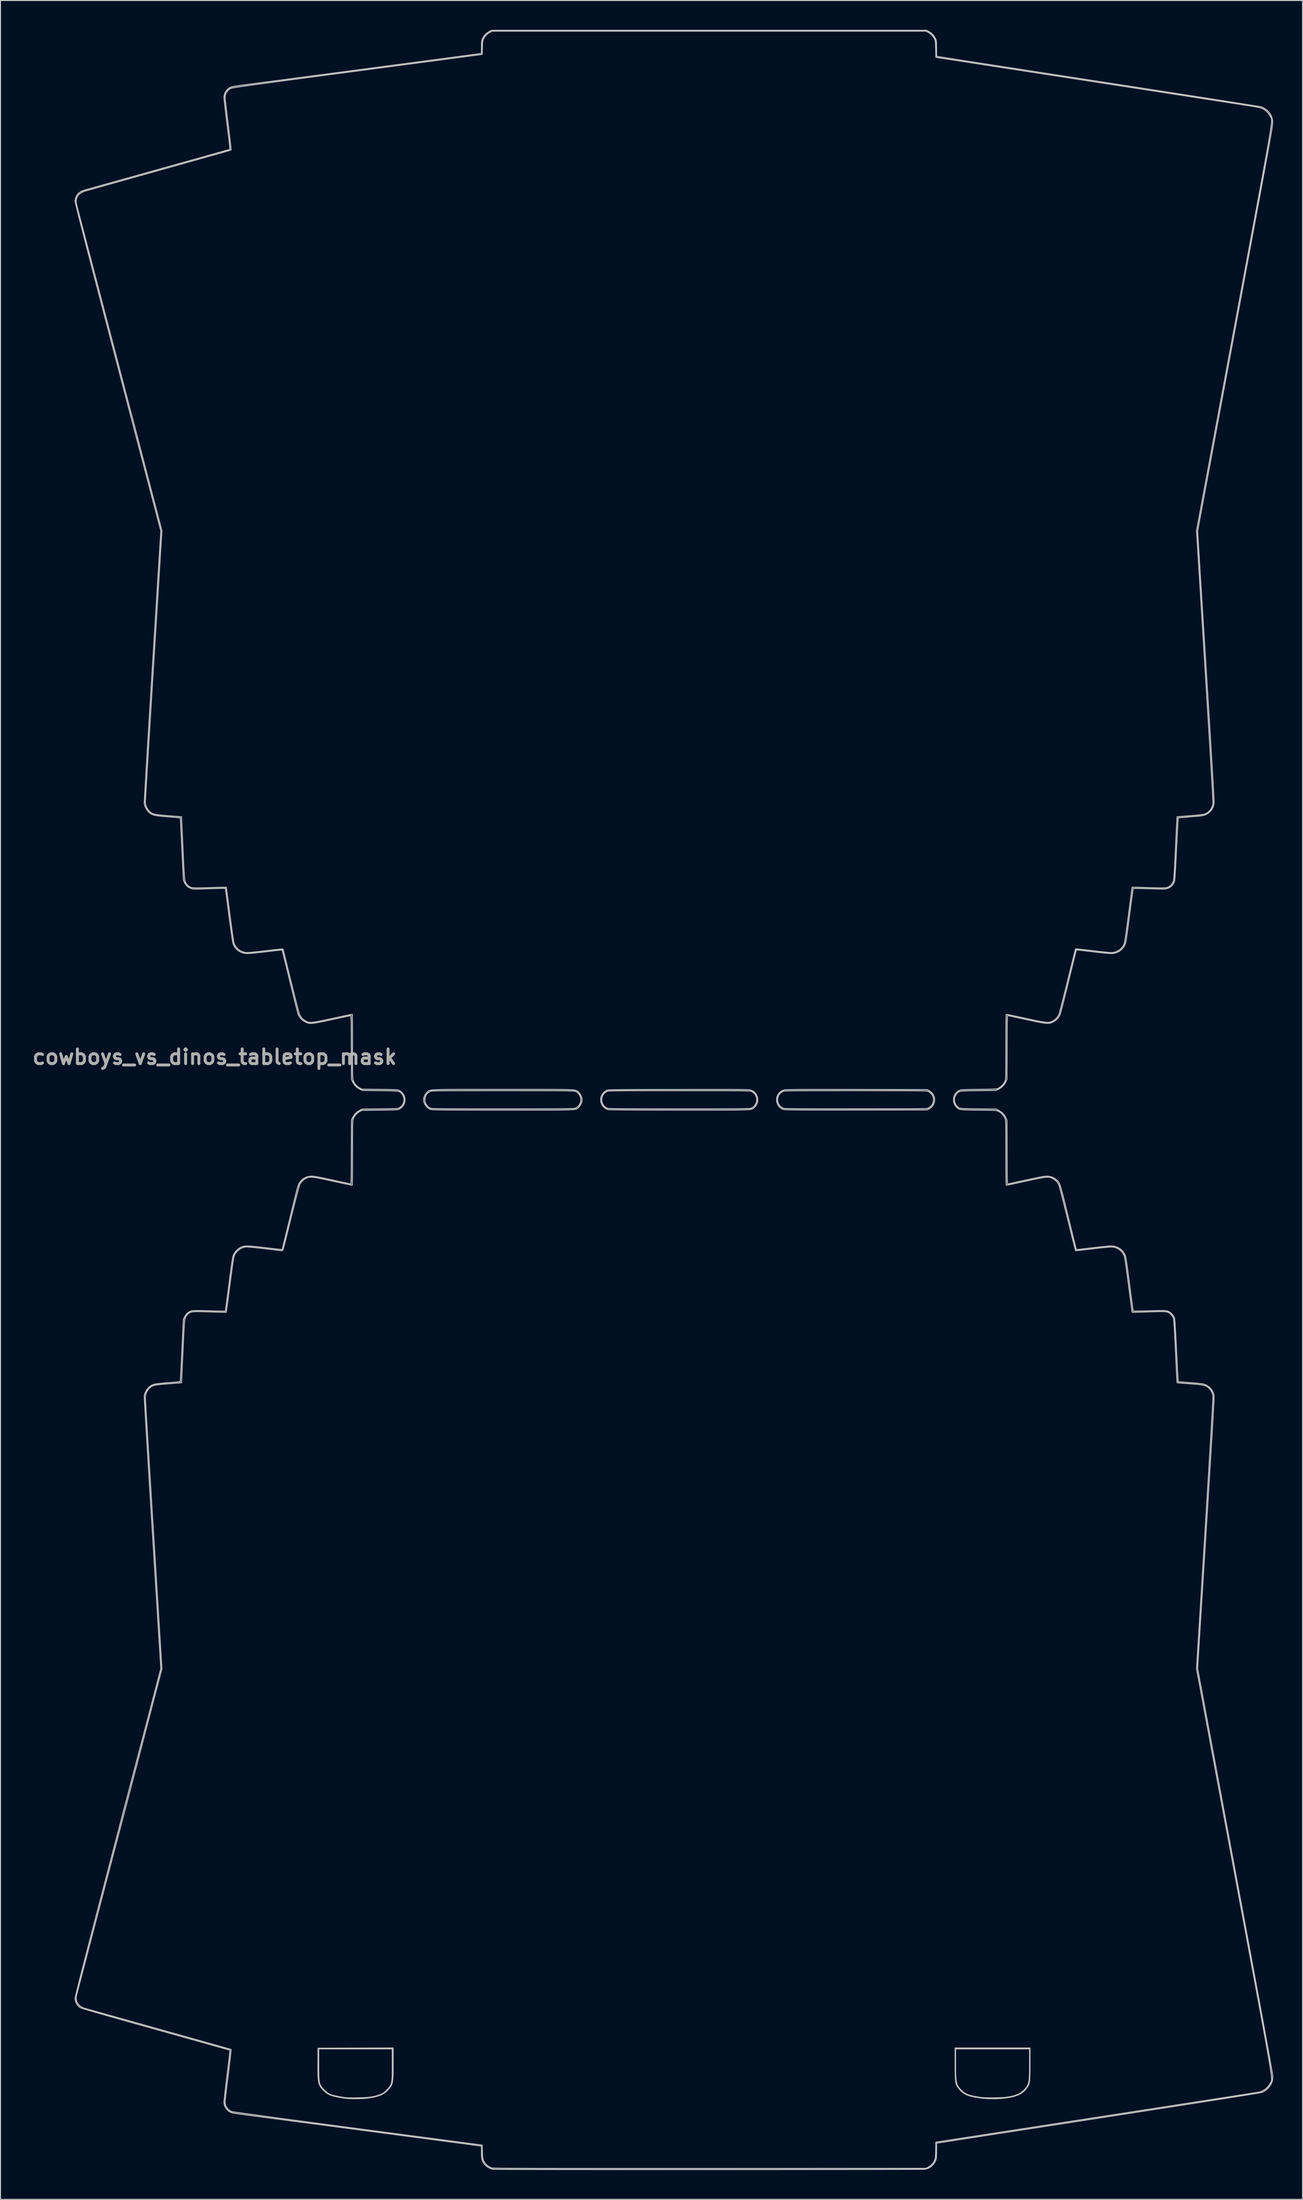
<source format=kicad_pcb>
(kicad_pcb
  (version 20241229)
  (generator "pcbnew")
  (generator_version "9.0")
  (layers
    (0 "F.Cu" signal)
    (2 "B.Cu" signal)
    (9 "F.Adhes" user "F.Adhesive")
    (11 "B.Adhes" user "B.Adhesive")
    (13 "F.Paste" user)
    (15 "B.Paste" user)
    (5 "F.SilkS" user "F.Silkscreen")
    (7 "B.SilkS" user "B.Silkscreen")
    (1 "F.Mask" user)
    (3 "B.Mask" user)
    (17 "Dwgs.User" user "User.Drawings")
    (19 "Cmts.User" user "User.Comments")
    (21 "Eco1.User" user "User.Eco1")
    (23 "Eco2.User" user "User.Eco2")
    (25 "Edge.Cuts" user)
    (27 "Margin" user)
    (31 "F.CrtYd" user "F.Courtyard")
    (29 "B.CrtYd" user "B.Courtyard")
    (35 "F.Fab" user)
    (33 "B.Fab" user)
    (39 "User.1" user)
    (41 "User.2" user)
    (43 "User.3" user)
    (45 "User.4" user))
  (footprint "cowboys_vs_dinos_tabletop_mask"
    (layer "F.Cu")
    (at 65.907 109.46)
    (property "Reference" "cowboys_vs_dinos_tabletop_mask" (at -47 -4.4 0) (layer "F.Fab") (effects (font (size 1.5 1.5) (thickness 0.3))))
    (attr board_only exclude_from_pos_files exclude_from_bom)
    (fp_poly (pts (xy 6.509 -70.617) (xy 6.534 -70.438) (xy 6.568 -70.273) (xy 6.601 -70.166) (xy 6.711 -69.997) (xy 6.891 -69.832) (xy 7.124 -69.681) (xy 7.392 -69.555) (xy 7.679 -69.464) (xy 7.808 -69.438) (xy 8.131 -69.383) (xy 7.91 -68.93) (xy 7.81 -68.718) (xy 7.744 -68.559) (xy 7.706 -68.43) (xy 7.689 -68.308) (xy 7.685 -68.213) (xy 7.688 -68.056) (xy 7.71 -67.95) (xy 7.762 -67.859) (xy 7.81 -67.799) (xy 7.909 -67.702) (xy 8.054 -67.584) (xy 8.217 -67.464) (xy 8.255 -67.439) (xy 8.532 -67.224) (xy 8.797 -66.959) (xy 8.846 -66.901) (xy 9.042 -66.674) (xy 9.199 -66.506) (xy 9.329 -66.388) (xy 9.445 -66.308) (xy 9.558 -66.257) (xy 9.598 -66.244) (xy 9.67 -66.224) (xy 9.736 -66.214) (xy 9.808 -66.216) (xy 9.894 -66.235) (xy 10.007 -66.273) (xy 10.155 -66.335) (xy 10.349 -66.423) (xy 10.6 -66.542) (xy 10.918 -66.695) (xy 10.942 -66.707) (xy 11.27 -66.868) (xy 11.538 -67.008) (xy 11.767 -67.139) (xy 11.978 -67.272) (xy 12.19 -67.42) (xy 12.327 -67.52) (xy 12.588 -67.724) (xy 12.846 -67.942) (xy 13.088 -68.162) (xy 13.303 -68.372) (xy 13.479 -68.561) (xy 13.603 -68.717) (xy 13.646 -68.788) (xy 13.695 -68.906) (xy 13.709 -69.017) (xy 13.684 -69.141) (xy 13.615 -69.297) (xy 13.519 -69.472) (xy 13.427 -69.634) (xy 13.347 -69.773) (xy 13.293 -69.869) (xy 13.281 -69.891) (xy 13.268 -69.943) (xy 13.311 -69.981) (xy 13.408 -70.016) (xy 13.52 -70.068) (xy 13.667 -70.162) (xy 13.823 -70.28) (xy 13.863 -70.314) (xy 14.049 -70.462) (xy 14.217 -70.563) (xy 14.392 -70.624) (xy 14.601 -70.654) (xy 14.869 -70.663) (xy 15.189 -70.68) (xy 15.447 -70.732) (xy 15.491 -70.746) (xy 15.627 -70.791) (xy 15.708 -70.806) (xy 15.762 -70.793) (xy 15.815 -70.751) (xy 15.816 -70.751) (xy 15.942 -70.672) (xy 16.13 -70.597) (xy 16.356 -70.534) (xy 16.592 -70.492) (xy 16.804 -70.484) (xy 17.014 -70.509) (xy 17.192 -70.561) (xy 17.282 -70.612) (xy 17.355 -70.637) (xy 17.489 -70.656) (xy 17.659 -70.669) (xy 17.841 -70.675) (xy 18.008 -70.673) (xy 18.136 -70.662) (xy 18.198 -70.643) (xy 18.225 -70.61) (xy 18.208 -70.569) (xy 18.136 -70.506) (xy 18.026 -70.428) (xy 17.833 -70.278) (xy 17.631 -70.091) (xy 17.439 -69.888) (xy 17.275 -69.689) (xy 17.158 -69.515) (xy 17.138 -69.477) (xy 17.044 -69.236) (xy 17.016 -69.019) (xy 17.051 -68.794) (xy 17.092 -68.671) (xy 17.207 -68.444) (xy 17.369 -68.269) (xy 17.593 -68.133) (xy 17.771 -68.062) (xy 17.84 -68.04) (xy 17.911 -68.022) (xy 17.995 -68.008) (xy 18.1 -67.997) (xy 18.236 -67.989) (xy 18.412 -67.983) (xy 18.638 -67.98) (xy 18.922 -67.978) (xy 19.274 -67.977) (xy 19.688 -67.978) (xy 20.41 -67.974) (xy 21.053 -67.962) (xy 21.618 -67.941) (xy 22.101 -67.912) (xy 22.501 -67.874) (xy 22.818 -67.828) (xy 22.939 -67.803) (xy 23.139 -67.756) (xy 23.165 -67.536) (xy 23.196 -67.369) (xy 23.255 -67.202) (xy 23.352 -67.008) (xy 23.433 -66.869) (xy 23.514 -66.732) (xy 23.369 -66.501) (xy 23.124 -66.104) (xy 22.931 -65.766) (xy 22.786 -65.48) (xy 22.688 -65.237) (xy 22.633 -65.029) (xy 22.62 -64.848) (xy 22.646 -64.685) (xy 22.709 -64.532) (xy 22.771 -64.43) (xy 22.902 -64.268) (xy 23.046 -64.167) (xy 23.228 -64.111) (xy 23.414 -64.091) (xy 23.604 -64.073) (xy 23.713 -64.042) (xy 23.742 -64.014) (xy 23.736 -63.951) (xy 23.7 -63.829) (xy 23.641 -63.666) (xy 23.587 -63.532) (xy 23.491 -63.295) (xy 23.434 -63.118) (xy 23.416 -62.986) (xy 23.437 -62.881) (xy 23.498 -62.786) (xy 23.599 -62.686) (xy 23.599 -62.686) (xy 23.789 -62.515) (xy 23.659 -62.33) (xy 23.571 -62.171) (xy 23.549 -62.025) (xy 23.596 -61.876) (xy 23.715 -61.711) (xy 23.811 -61.61) (xy 23.907 -61.511) (xy 23.973 -61.428) (xy 24.013 -61.343) (xy 24.03 -61.237) (xy 24.028 -61.093) (xy 24.011 -60.892) (xy 23.994 -60.731) (xy 23.985 -60.441) (xy 24.028 -60.2) (xy 24.13 -59.98) (xy 24.188 -59.894) (xy 24.361 -59.722) (xy 24.599 -59.582) (xy 24.887 -59.479) (xy 25.205 -59.421) (xy 25.408 -59.411) (xy 25.529 -59.396) (xy 25.572 -59.346) (xy 25.542 -59.256) (xy 25.533 -59.242) (xy 25.508 -59.222) (xy 25.456 -59.208) (xy 25.365 -59.199) (xy 25.227 -59.196) (xy 25.03 -59.197) (xy 24.765 -59.202) (xy 24.491 -59.21) (xy 24.159 -59.221) (xy 23.875 -59.235) (xy 23.647 -59.251) (xy 23.486 -59.268) (xy 23.4 -59.285) (xy 23.395 -59.288) (xy 23.31 -59.345) (xy 23.195 -59.436) (xy 23.124 -59.499) (xy 22.981 -59.612) (xy 22.822 -59.713) (xy 22.756 -59.747) (xy 22.642 -59.811) (xy 22.487 -59.916) (xy 22.314 -60.045) (xy 22.198 -60.139) (xy 21.977 -60.313) (xy 21.795 -60.428) (xy 21.631 -60.49) (xy 21.468 -60.505) (xy 21.286 -60.48) (xy 21.211 -60.461) (xy 20.972 -60.42) (xy 20.696 -60.417) (xy 20.62 -60.422) (xy 20.429 -60.428) (xy 20.188 -60.425) (xy 19.932 -60.412) (xy 19.766 -60.398) (xy 19.523 -60.377) (xy 19.346 -60.37) (xy 19.217 -60.376) (xy 19.118 -60.395) (xy 19.093 -60.403) (xy 18.97 -60.434) (xy 18.796 -60.465) (xy 18.606 -60.491) (xy 18.585 -60.493) (xy 18.372 -60.516) (xy 18.122 -60.545) (xy 17.88 -60.575) (xy 17.832 -60.581) (xy 17.514 -60.608) (xy 17.254 -60.593) (xy 17.036 -60.534) (xy 16.839 -60.427) (xy 16.779 -60.382) (xy 16.675 -60.292) (xy 16.598 -60.198) (xy 16.546 -60.087) (xy 16.515 -59.943) (xy 16.501 -59.754) (xy 16.501 -59.504) (xy 16.511 -59.227) (xy 16.539 -58.567) (xy 16.293 -58.437) (xy 16.092 -58.306) (xy 15.9 -58.12) (xy 15.806 -58.011) (xy 15.647 -57.792) (xy 15.549 -57.598) (xy 15.501 -57.402) (xy 15.492 -57.258) (xy 15.475 -57.154) (xy 15.411 -57.067) (xy 15.327 -56.999) (xy 15.169 -56.868) (xy 15.022 -56.718) (xy 14.904 -56.571) (xy 14.835 -56.447) (xy 14.828 -56.425) (xy 14.821 -56.323) (xy 14.833 -56.176) (xy 14.85 -56.074) (xy 14.876 -55.931) (xy 14.876 -55.838) (xy 14.847 -55.763) (xy 14.805 -55.699) (xy 14.739 -55.572) (xy 14.731 -55.435) (xy 14.735 -55.4) (xy 14.731 -55.202) (xy 14.671 -54.98) (xy 14.611 -54.79) (xy 14.588 -54.653) (xy 14.602 -54.542) (xy 14.651 -54.431) (xy 14.668 -54.402) (xy 14.754 -54.261) (xy 14.615 -53.979) (xy 14.476 -53.697) (xy 14.583 -53.103) (xy 14.647 -52.686) (xy 14.678 -52.338) (xy 14.677 -52.063) (xy 14.642 -51.863) (xy 14.574 -51.739) (xy 14.564 -51.73) (xy 14.443 -51.586) (xy 14.332 -51.371) (xy 14.238 -51.103) (xy 14.221 -51.043) (xy 14.176 -50.899) (xy 14.125 -50.788) (xy 14.092 -50.742) (xy 14.041 -50.7) (xy 13.934 -50.612) (xy 13.783 -50.485) (xy 13.597 -50.33) (xy 13.388 -50.154) (xy 13.31 -50.088) (xy 13.069 -49.884) (xy 12.886 -49.726) (xy 12.754 -49.605) (xy 12.664 -49.512) (xy 12.608 -49.439) (xy 12.576 -49.378) (xy 12.563 -49.331) (xy 12.558 -49.253) (xy 12.556 -49.1) (xy 12.556 -48.881) (xy 12.56 -48.609) (xy 12.566 -48.294) (xy 12.575 -47.946) (xy 12.585 -47.598) (xy 12.597 -47.217) (xy 12.608 -46.847) (xy 12.618 -46.5) (xy 12.626 -46.19) (xy 12.631 -45.93) (xy 12.635 -45.732) (xy 12.636 -45.625) (xy 12.646 -45.386) (xy 12.674 -45.094) (xy 12.718 -44.784) (xy 12.741 -44.652) (xy 12.788 -44.383) (xy 12.84 -44.066) (xy 12.892 -43.738) (xy 12.938 -43.436) (xy 12.943 -43.401) (xy 13.039 -42.73) (xy 13.527 -41.99) (xy 13.758 -41.65) (xy 13.959 -41.374) (xy 14.143 -41.152) (xy 14.322 -40.971) (xy 14.507 -40.82) (xy 14.71 -40.686) (xy 14.943 -40.559) (xy 14.969 -40.546) (xy 15.228 -40.422) (xy 15.537 -40.284) (xy 15.874 -40.14) (xy 16.212 -40.002) (xy 16.528 -39.88) (xy 16.796 -39.784) (xy 16.846 -39.767) (xy 16.987 -39.718) (xy 17.085 -39.677) (xy 17.123 -39.653) (xy 17.122 -39.652) (xy 17.077 -39.641) (xy 16.955 -39.618) (xy 16.767 -39.585) (xy 16.523 -39.544) (xy 16.23 -39.495) (xy 15.9 -39.441) (xy 15.541 -39.383) (xy 15.508 -39.378) (xy 14.706 -39.253) (xy 13.957 -39.143) (xy 13.228 -39.046) (xy 12.49 -38.955) (xy 11.709 -38.868) (xy 11.424 -38.838) (xy 11.125 -38.811) (xy 10.745 -38.786) (xy 10.289 -38.76) (xy 9.763 -38.736) (xy 9.171 -38.713) (xy 8.52 -38.691) (xy 7.814 -38.67) (xy 7.058 -38.651) (xy 6.259 -38.634) (xy 5.421 -38.618) (xy 4.549 -38.604) (xy 3.65 -38.592) (xy 2.727 -38.583) (xy 2.164 -38.578) (xy 1.595 -38.575) (xy 1.104 -38.572) (xy 0.682 -38.57) (xy 0.322 -38.571) (xy 0.014 -38.572) (xy -0.25 -38.576) (xy -0.478 -38.581) (xy -0.679 -38.589) (xy -0.861 -38.598) (xy -1.034 -38.61) (xy -1.205 -38.625) (xy -1.341 -38.638) (xy -2.112 -38.72) (xy -2.911 -38.817) (xy -3.712 -38.925) (xy -4.487 -39.039) (xy -5.209 -39.157) (xy -5.344 -39.18) (xy -5.699 -39.241) (xy -6.082 -39.302) (xy -6.465 -39.361) (xy -6.824 -39.414) (xy -7.133 -39.455) (xy -7.226 -39.467) (xy -7.481 -39.498) (xy -7.705 -39.529) (xy -7.886 -39.556) (xy -8.009 -39.577) (xy -8.059 -39.591) (xy -8.037 -39.618) (xy -7.95 -39.668) (xy -7.814 -39.731) (xy -7.735 -39.765) (xy -7.196 -40.024) (xy -6.727 -40.333) (xy -6.415 -40.604) (xy -6.273 -40.748) (xy -6.161 -40.88) (xy -6.064 -41.022) (xy -5.964 -41.197) (xy -5.847 -41.429) (xy -5.846 -41.431) (xy -5.731 -41.682) (xy -5.63 -41.929) (xy -5.555 -42.147) (xy -5.523 -42.265) (xy -5.483 -42.427) (xy -5.432 -42.587) (xy -5.365 -42.755) (xy -5.277 -42.938) (xy -5.164 -43.144) (xy -5.021 -43.384) (xy -4.843 -43.664) (xy -4.626 -43.993) (xy -4.365 -44.38) (xy -4.231 -44.577) (xy -4.01 -44.901) (xy -3.794 -45.218) (xy -3.591 -45.518) (xy -3.408 -45.79) (xy -3.251 -46.023) (xy -3.129 -46.206) (xy -3.054 -46.321) (xy -2.876 -46.583) (xy -2.714 -46.777) (xy -2.551 -46.913) (xy -2.368 -47.004) (xy -2.147 -47.059) (xy -1.87 -47.091) (xy -1.774 -47.097) (xy -1.365 -47.13) (xy -1.037 -47.175) (xy -0.788 -47.232) (xy -0.613 -47.302) (xy -0.606 -47.307) (xy -0.536 -47.36) (xy -0.414 -47.465) (xy -0.25 -47.614) (xy -0.055 -47.798) (xy 0.163 -48.007) (xy 0.394 -48.233) (xy 0.403 -48.242) (xy 0.688 -48.526) (xy 0.917 -48.76) (xy 1.098 -48.957) (xy 1.238 -49.126) (xy 1.345 -49.28) (xy 1.425 -49.428) (xy 1.486 -49.582) (xy 1.535 -49.753) (xy 1.579 -49.951) (xy 1.596 -50.033) (xy 1.666 -50.379) (xy 1.724 -50.652) (xy 1.773 -50.862) (xy 1.818 -51.021) (xy 1.86 -51.139) (xy 1.904 -51.228) (xy 1.954 -51.299) (xy 2.005 -51.356) (xy 2.116 -51.484) (xy 2.189 -51.611) (xy 2.233 -51.759) (xy 2.252 -51.95) (xy 2.253 -52.199) (xy 2.245 -52.625) (xy 2.445 -52.838) (xy 2.631 -53.074) (xy 2.764 -53.32) (xy 2.841 -53.561) (xy 2.858 -53.786) (xy 2.812 -53.979) (xy 2.75 -54.078) (xy 2.645 -54.203) (xy 2.914 -54.361) (xy 3.134 -54.501) (xy 3.286 -54.628) (xy 3.381 -54.758) (xy 3.433 -54.904) (xy 3.447 -54.99) (xy 3.459 -55.126) (xy 3.447 -55.208) (xy 3.402 -55.268) (xy 3.36 -55.303) (xy 3.281 -55.383) (xy 3.245 -55.454) (xy 3.245 -55.458) (xy 3.264 -55.511) (xy 3.319 -55.631) (xy 3.403 -55.809) (xy 3.514 -56.034) (xy 3.645 -56.297) (xy 3.792 -56.587) (xy 3.873 -56.746) (xy 4.027 -57.048) (xy 4.167 -57.329) (xy 4.288 -57.577) (xy 4.387 -57.784) (xy 4.457 -57.938) (xy 4.495 -58.031) (xy 4.5 -58.052) (xy 4.468 -58.129) (xy 4.388 -58.221) (xy 4.36 -58.245) (xy 4.321 -58.273) (xy 4.276 -58.297) (xy 4.216 -58.32) (xy 4.132 -58.342) (xy 4.017 -58.365) (xy 3.862 -58.391) (xy 3.659 -58.42) (xy 3.399 -58.455) (xy 3.076 -58.496) (xy 2.679 -58.546) (xy 2.402 -58.58) (xy 1.736 -58.661) (xy 1.151 -58.732) (xy 0.641 -58.792) (xy 0.202 -58.842) (xy -0.171 -58.882) (xy -0.484 -58.913) (xy -0.742 -58.936) (xy -0.95 -58.95) (xy -1.112 -58.957) (xy -1.235 -58.957) (xy -1.323 -58.95) (xy -1.38 -58.937) (xy -1.386 -58.934) (xy -1.458 -58.9) (xy -1.515 -58.857) (xy -1.559 -58.797) (xy -1.592 -58.71) (xy -1.613 -58.586) (xy -1.626 -58.417) (xy -1.63 -58.193) (xy -1.628 -57.905) (xy -1.621 -57.544) (xy -1.617 -57.359) (xy -1.588 -56.132) (xy -1.757 -56.106) (xy -1.859 -56.091) (xy -2.027 -56.067) (xy -2.241 -56.038) (xy -2.481 -56.005) (xy -2.596 -55.989) (xy -2.846 -55.952) (xy -3.053 -55.916) (xy -3.204 -55.882) (xy -3.286 -55.854) (xy -3.297 -55.846) (xy -3.331 -55.793) (xy -3.406 -55.684) (xy -3.511 -55.532) (xy -3.636 -55.351) (xy -3.689 -55.276) (xy -3.84 -55.054) (xy -3.993 -54.818) (xy -4.129 -54.597) (xy -4.233 -54.416) (xy -4.242 -54.4) (xy -4.368 -54.184) (xy -4.484 -54.03) (xy -4.564 -53.959) (xy -4.72 -53.839) (xy -4.89 -53.674) (xy -5.049 -53.491) (xy -5.17 -53.319) (xy -5.193 -53.278) (xy -5.25 -53.128) (xy -5.295 -52.943) (xy -5.311 -52.832) (xy -5.328 -52.685) (xy -5.353 -52.597) (xy -5.403 -52.541) (xy -5.492 -52.489) (xy -5.498 -52.486) (xy -5.7 -52.341) (xy -5.836 -52.141) (xy -5.891 -51.983) (xy -5.929 -51.864) (xy -5.974 -51.809) (xy -6.045 -51.795) (xy -6.048 -51.795) (xy -6.18 -51.765) (xy -6.355 -51.679) (xy -6.56 -51.545) (xy -6.78 -51.373) (xy -6.794 -51.361) (xy -7.06 -51.155) (xy -7.392 -50.932) (xy -7.771 -50.704) (xy -8.181 -50.479) (xy -8.603 -50.268) (xy -9.021 -50.081) (xy -9.109 -50.045) (xy -9.341 -49.948) (xy -9.563 -49.849) (xy -9.753 -49.76) (xy -9.89 -49.69) (xy -9.92 -49.672) (xy -10.126 -49.545) (xy -10.396 -49.82) (xy -10.667 -50.051) (xy -10.947 -50.2) (xy -11.246 -50.272) (xy -11.402 -50.281) (xy -11.549 -50.288) (xy -11.634 -50.312) (xy -11.681 -50.363) (xy -11.681 -50.363) (xy -11.713 -50.452) (xy -11.756 -50.618) (xy -11.81 -50.856) (xy -11.872 -51.156) (xy -11.94 -51.512) (xy -11.965 -51.644) (xy -12.046 -51.981) (xy -12.154 -52.245) (xy -12.297 -52.443) (xy -12.483 -52.588) (xy -12.718 -52.688) (xy -12.78 -52.705) (xy -12.989 -52.761) (xy -12.962 -52.943) (xy -12.958 -53.121) (xy -12.989 -53.25) (xy -13.033 -53.322) (xy -13.124 -53.447) (xy -13.251 -53.612) (xy -13.404 -53.804) (xy -13.567 -54.002) (xy -13.82 -54.313) (xy -14.021 -54.578) (xy -14.179 -54.813) (xy -14.302 -55.033) (xy -14.4 -55.253) (xy -14.482 -55.49) (xy -14.515 -55.602) (xy -14.665 -56.028) (xy -14.857 -56.378) (xy -15.014 -56.577) (xy -15.086 -56.666) (xy -15.187 -56.809) (xy -15.305 -56.984) (xy -15.404 -57.139) (xy -15.602 -57.453) (xy -15.78 -57.718) (xy -15.95 -57.947) (xy -16.123 -58.154) (xy -16.311 -58.352) (xy -16.528 -58.554) (xy -16.786 -58.774) (xy -17.096 -59.025) (xy -17.257 -59.153) (xy -17.443 -59.299) (xy -17.426 -59.799) (xy -17.414 -60.019) (xy -17.394 -60.226) (xy -17.37 -60.394) (xy -17.35 -60.481) (xy -17.318 -60.606) (xy -17.317 -60.713) (xy -17.35 -60.846) (xy -17.361 -60.881) (xy -17.399 -61.007) (xy -17.409 -61.072) (xy -17.388 -61.095) (xy -17.339 -61.098) (xy -17.257 -61.111) (xy -17.118 -61.143) (xy -16.948 -61.19) (xy -16.884 -61.21) (xy -16.677 -61.28) (xy -16.523 -61.353) (xy -16.391 -61.445) (xy -16.304 -61.522) (xy -16.124 -61.713) (xy -16.006 -61.901) (xy -15.936 -62.115) (xy -15.903 -62.356) (xy -15.884 -62.571) (xy -15.864 -62.717) (xy -15.836 -62.81) (xy -15.791 -62.866) (xy -15.72 -62.902) (xy -15.617 -62.935) (xy -15.614 -62.936) (xy -15.522 -62.96) (xy -15.357 -63.002) (xy -15.129 -63.058) (xy -14.849 -63.126) (xy -14.526 -63.203) (xy -14.173 -63.287) (xy -13.799 -63.376) (xy -13.721 -63.394) (xy -13.292 -63.496) (xy -12.836 -63.605) (xy -12.372 -63.717) (xy -11.921 -63.828) (xy -11.501 -63.931) (xy -11.131 -64.024) (xy -10.904 -64.082) (xy -10.557 -64.171) (xy -10.278 -64.24) (xy -10.053 -64.293) (xy -9.866 -64.332) (xy -9.704 -64.359) (xy -9.55 -64.378) (xy -9.39 -64.391) (xy -9.209 -64.4) (xy -9.13 -64.404) (xy -8.877 -64.417) (xy -8.629 -64.433) (xy -8.41 -64.451) (xy -8.247 -64.468) (xy -8.223 -64.472) (xy -8.077 -64.49) (xy -7.97 -64.498) (xy -7.924 -64.494) (xy -7.908 -64.442) (xy -7.896 -64.341) (xy -7.895 -64.334) (xy -7.878 -64.209) (xy -7.853 -64.115) (xy -7.813 -64.079) (xy -7.71 -64.001) (xy -7.555 -63.89) (xy -7.355 -63.75) (xy -7.122 -63.588) (xy -6.864 -63.411) (xy -6.591 -63.226) (xy -6.313 -63.038) (xy -6.039 -62.855) (xy -5.78 -62.682) (xy -5.543 -62.526) (xy -5.339 -62.394) (xy -5.178 -62.292) (xy -5.07 -62.227) (xy -5.055 -62.22) (xy -4.967 -62.189) (xy -4.826 -62.156) (xy -4.689 -62.133) (xy -4.598 -62.122) (xy -4.511 -62.117) (xy -4.417 -62.122) (xy -4.303 -62.137) (xy -4.156 -62.166) (xy -3.964 -62.211) (xy -3.713 -62.273) (xy -3.391 -62.354) (xy -3.385 -62.356) (xy -2.936 -62.472) (xy -2.565 -62.571) (xy -2.265 -62.657) (xy -2.028 -62.731) (xy -1.849 -62.797) (xy -1.719 -62.857) (xy -1.632 -62.914) (xy -1.581 -62.97) (xy -1.56 -63.028) (xy -1.558 -63.055) (xy -1.586 -63.122) (xy -1.662 -63.229) (xy -1.771 -63.353) (xy -1.795 -63.379) (xy -1.905 -63.495) (xy -1.985 -63.584) (xy -2.021 -63.631) (xy -2.022 -63.634) (xy -1.978 -63.648) (xy -1.872 -63.676) (xy -1.727 -63.711) (xy -1.719 -63.713) (xy -1.537 -63.762) (xy -1.361 -63.822) (xy -1.25 -63.87) (xy -1.099 -63.929) (xy -0.998 -63.929) (xy -0.954 -63.87) (xy -0.952 -63.848) (xy -0.937 -63.777) (xy -0.896 -63.652) (xy -0.839 -63.501) (xy -0.837 -63.496) (xy -0.775 -63.356) (xy -0.707 -63.244) (xy -0.623 -63.159) (xy -0.514 -63.099) (xy -0.371 -63.062) (xy -0.185 -63.046) (xy 0.054 -63.049) (xy 0.356 -63.07) (xy 0.729 -63.106) (xy 0.952 -63.129) (xy 1.375 -63.18) (xy 1.783 -63.239) (xy 2.168 -63.304) (xy 2.519 -63.372) (xy 2.829 -63.443) (xy 3.088 -63.513) (xy 3.288 -63.581) (xy 3.418 -63.644) (xy 3.47 -63.697) (xy 3.457 -63.752) (xy 3.412 -63.869) (xy 3.34 -64.036) (xy 3.247 -64.237) (xy 3.177 -64.382) (xy 2.942 -64.881) (xy 2.747 -65.345) (xy 2.578 -65.81) (xy 2.423 -66.309) (xy 2.399 -66.39) (xy 2.32 -66.666) (xy 2.264 -66.874) (xy 2.232 -67.025) (xy 2.227 -67.135) (xy 2.248 -67.219) (xy 2.299 -67.289) (xy 2.38 -67.36) (xy 2.493 -67.447) (xy 2.509 -67.459) (xy 2.678 -67.587) (xy 2.849 -67.714) (xy 2.99 -67.816) (xy 3.016 -67.835) (xy 3.299 -68.059) (xy 3.506 -68.29) (xy 3.646 -68.544) (xy 3.729 -68.838) (xy 3.759 -69.075) (xy 3.768 -69.195) (xy 3.779 -69.291) (xy 3.797 -69.376) (xy 3.829 -69.461) (xy 3.88 -69.557) (xy 3.958 -69.676) (xy 4.069 -69.829) (xy 4.218 -70.028) (xy 4.412 -70.284) (xy 4.429 -70.305) (xy 4.855 -70.867) (xy 5.078 -70.893) (xy 5.207 -70.904) (xy 5.397 -70.912) (xy 5.625 -70.918) (xy 5.865 -70.921) (xy 5.89 -70.921) (xy 6.479 -70.921)) (stroke (width 0) (type solid)) (fill yes) (layer "F.Mask"))
    (fp_poly (pts (xy 36.433 98.582) (xy 36.431 99.054) (xy 36.428 99.449) (xy 36.421 99.776) (xy 36.411 100.043) (xy 36.395 100.259) (xy 36.373 100.434) (xy 36.345 100.576) (xy 36.308 100.695) (xy 36.263 100.799) (xy 36.208 100.897) (xy 36.182 100.938) (xy 35.979 101.213) (xy 35.748 101.443) (xy 35.479 101.634) (xy 35.163 101.79) (xy 34.791 101.915) (xy 34.352 102.015) (xy 33.838 102.094) (xy 33.836 102.094) (xy 33.436 102.132) (xy 32.989 102.153) (xy 32.523 102.156) (xy 32.064 102.144) (xy 31.641 102.114) (xy 31.328 102.077) (xy 30.893 102.005) (xy 30.532 101.933) (xy 30.235 101.857) (xy 29.989 101.771) (xy 29.783 101.673) (xy 29.605 101.558) (xy 29.443 101.422) (xy 29.411 101.392) (xy 29.269 101.242) (xy 29.133 101.081) (xy 29.031 100.944) (xy 29.027 100.938) (xy 28.968 100.839) (xy 28.918 100.739) (xy 28.878 100.627) (xy 28.847 100.496) (xy 28.822 100.336) (xy 28.804 100.137) (xy 28.792 99.892) (xy 28.784 99.591) (xy 28.779 99.225) (xy 28.777 98.786) (xy 28.777 98.582) (xy 28.775 97.057) (xy 28.818 97.057) (xy 28.818 98.568) (xy 28.82 99.061) (xy 28.824 99.477) (xy 28.835 99.825) (xy 28.854 100.115) (xy 28.883 100.355) (xy 28.924 100.555) (xy 28.98 100.725) (xy 29.052 100.873) (xy 29.143 101.01) (xy 29.255 101.144) (xy 29.39 101.284) (xy 29.455 101.348) (xy 29.611 101.486) (xy 29.784 101.603) (xy 29.984 101.702) (xy 30.223 101.79) (xy 30.512 101.868) (xy 30.863 101.942) (xy 31.286 102.015) (xy 31.371 102.029) (xy 31.532 102.045) (xy 31.762 102.057) (xy 32.043 102.065) (xy 32.36 102.069) (xy 32.694 102.069) (xy 33.029 102.064) (xy 33.347 102.056) (xy 33.631 102.044) (xy 33.864 102.028) (xy 33.989 102.015) (xy 34.464 101.936) (xy 34.863 101.838) (xy 35.198 101.717) (xy 35.477 101.568) (xy 35.711 101.389) (xy 35.755 101.348) (xy 35.9 101.202) (xy 36.021 101.066) (xy 36.121 100.932) (xy 36.2 100.79) (xy 36.263 100.631) (xy 36.31 100.444) (xy 36.344 100.222) (xy 36.367 99.955) (xy 36.381 99.633) (xy 36.388 99.246) (xy 36.391 98.787) (xy 36.391 98.568) (xy 36.391 97.057) (xy 32.605 97.057) (xy 28.818 97.057) (xy 28.775 97.057) (xy 28.775 96.97) (xy 32.605 96.97) (xy 36.434 96.97)) (stroke (width 0.1) (type solid)) (fill no) (layer "Dwgs.User"))
    (fp_poly (pts (xy -28.732 98.523) (xy -28.733 99.006) (xy -28.737 99.412) (xy -28.745 99.749) (xy -28.758 100.026) (xy -28.777 100.252) (xy -28.803 100.436) (xy -28.837 100.586) (xy -28.881 100.712) (xy -28.936 100.821) (xy -29.002 100.924) (xy -29.035 100.97) (xy -29.249 101.232) (xy -29.471 101.449) (xy -29.711 101.627) (xy -29.983 101.77) (xy -30.298 101.886) (xy -30.668 101.98) (xy -31.105 102.058) (xy -31.391 102.097) (xy -31.692 102.126) (xy -32.042 102.146) (xy -32.417 102.155) (xy -32.797 102.155) (xy -33.158 102.145) (xy -33.48 102.126) (xy -33.738 102.097) (xy -33.751 102.095) (xy -34.185 102.021) (xy -34.544 101.952) (xy -34.839 101.881) (xy -35.083 101.806) (xy -35.286 101.723) (xy -35.46 101.626) (xy -35.616 101.513) (xy -35.766 101.378) (xy -35.776 101.369) (xy -35.926 101.218) (xy -36.051 101.078) (xy -36.155 100.94) (xy -36.237 100.794) (xy -36.302 100.631) (xy -36.351 100.443) (xy -36.385 100.218) (xy -36.408 99.949) (xy -36.421 99.627) (xy -36.426 99.241) (xy -36.426 98.783) (xy -36.424 98.506) (xy -36.413 97.057) (xy -36.348 97.057) (xy -36.346 98.625) (xy -36.345 99.102) (xy -36.342 99.501) (xy -36.336 99.833) (xy -36.322 100.106) (xy -36.301 100.33) (xy -36.27 100.514) (xy -36.225 100.668) (xy -36.167 100.801) (xy -36.091 100.923) (xy -35.997 101.042) (xy -35.882 101.168) (xy -35.746 101.309) (xy -35.618 101.434) (xy -35.491 101.54) (xy -35.357 101.628) (xy -35.203 101.705) (xy -35.019 101.772) (xy -34.794 101.834) (xy -34.519 101.895) (xy -34.181 101.959) (xy -33.771 102.029) (xy -33.665 102.046) (xy -33.532 102.059) (xy -33.329 102.068) (xy -33.072 102.072) (xy -32.779 102.073) (xy -32.466 102.07) (xy -32.148 102.064) (xy -31.844 102.054) (xy -31.568 102.042) (xy -31.339 102.027) (xy -31.173 102.01) (xy -30.898 101.969) (xy -30.68 101.93) (xy -30.493 101.885) (xy -30.308 101.829) (xy -30.099 101.753) (xy -30.026 101.725) (xy -29.864 101.657) (xy -29.733 101.586) (xy -29.61 101.493) (xy -29.469 101.362) (xy -29.373 101.264) (xy -29.245 101.131) (xy -29.138 101.013) (xy -29.051 100.9) (xy -28.982 100.783) (xy -28.927 100.653) (xy -28.887 100.501) (xy -28.858 100.317) (xy -28.838 100.092) (xy -28.827 99.816) (xy -28.821 99.482) (xy -28.819 99.079) (xy -28.818 98.634) (xy -28.818 97.057) (xy -32.583 97.057) (xy -36.348 97.057) (xy -36.413 97.057) (xy -36.412 96.992) (xy -32.572 96.981) (xy -28.732 96.97)) (stroke (width 0.1) (type solid)) (fill no) (layer "Dwgs.User"))
    (fp_poly (pts (xy 16.506 -1.076) (xy 17.427 -1.075) (xy 18.432 -1.074) (xy 18.716 -1.073) (xy 25.9 -1.06) (xy 26.115 -0.95) (xy 26.351 -0.785) (xy 26.523 -0.575) (xy 26.632 -0.335) (xy 26.678 -0.077) (xy 26.659 0.183) (xy 26.577 0.433) (xy 26.432 0.657) (xy 26.223 0.843) (xy 26.115 0.906) (xy 25.9 1.017) (xy 18.651 1.025) (xy 17.71 1.026) (xy 16.851 1.027) (xy 16.071 1.027) (xy 15.366 1.027) (xy 14.733 1.027) (xy 14.167 1.026) (xy 13.664 1.025) (xy 13.221 1.024) (xy 12.835 1.022) (xy 12.5 1.019) (xy 12.213 1.016) (xy 11.971 1.013) (xy 11.77 1.009) (xy 11.605 1.004) (xy 11.474 0.999) (xy 11.371 0.993) (xy 11.294 0.986) (xy 11.238 0.979) (xy 11.2 0.971) (xy 11.194 0.969) (xy 10.95 0.85) (xy 10.748 0.666) (xy 10.6 0.432) (xy 10.515 0.161) (xy 10.499 -0.023) (xy 10.51 -0.101) (xy 10.607 -0.101) (xy 10.618 0.142) (xy 10.69 0.377) (xy 10.824 0.587) (xy 11.02 0.759) (xy 11.142 0.827) (xy 11.167 0.837) (xy 11.197 0.846) (xy 11.237 0.855) (xy 11.29 0.862) (xy 11.36 0.869) (xy 11.452 0.875) (xy 11.57 0.881) (xy 11.716 0.886) (xy 11.895 0.89) (xy 12.112 0.893) (xy 12.37 0.896) (xy 12.672 0.899) (xy 13.024 0.901) (xy 13.428 0.903) (xy 13.889 0.904) (xy 14.411 0.905) (xy 14.997 0.906) (xy 15.652 0.907) (xy 16.38 0.907) (xy 17.184 0.907) (xy 18.069 0.908) (xy 18.597 0.908) (xy 19.528 0.908) (xy 20.375 0.908) (xy 21.145 0.908) (xy 21.839 0.907) (xy 22.462 0.907) (xy 23.019 0.906) (xy 23.513 0.905) (xy 23.948 0.904) (xy 24.327 0.902) (xy 24.656 0.9) (xy 24.937 0.897) (xy 25.175 0.894) (xy 25.374 0.89) (xy 25.538 0.886) (xy 25.67 0.881) (xy 25.774 0.875) (xy 25.855 0.869) (xy 25.916 0.862) (xy 25.962 0.854) (xy 25.996 0.845) (xy 26.021 0.835) (xy 26.04 0.826) (xy 26.266 0.667) (xy 26.429 0.467) (xy 26.529 0.238) (xy 26.566 -0.005) (xy 26.541 -0.248) (xy 26.454 -0.477) (xy 26.305 -0.679) (xy 26.094 -0.838) (xy 25.996 -0.885) (xy 25.969 -0.893) (xy 25.927 -0.901) (xy 25.868 -0.909) (xy 25.786 -0.915) (xy 25.679 -0.921) (xy 25.543 -0.926) (xy 25.373 -0.931) (xy 25.166 -0.935) (xy 24.918 -0.938) (xy 24.625 -0.941) (xy 24.283 -0.944) (xy 23.888 -0.946) (xy 23.437 -0.948) (xy 22.925 -0.949) (xy 22.35 -0.95) (xy 21.706 -0.951) (xy 20.99 -0.951) (xy 20.198 -0.952) (xy 19.327 -0.952) (xy 18.585 -0.952) (xy 17.648 -0.952) (xy 16.795 -0.952) (xy 16.02 -0.951) (xy 15.32 -0.951) (xy 14.691 -0.95) (xy 14.129 -0.949) (xy 13.631 -0.947) (xy 13.192 -0.945) (xy 12.809 -0.943) (xy 12.478 -0.94) (xy 12.195 -0.937) (xy 11.956 -0.934) (xy 11.757 -0.93) (xy 11.595 -0.925) (xy 11.465 -0.92) (xy 11.364 -0.914) (xy 11.287 -0.907) (xy 11.232 -0.9) (xy 11.194 -0.892) (xy 11.173 -0.885) (xy 10.941 -0.746) (xy 10.769 -0.56) (xy 10.657 -0.34) (xy 10.607 -0.101) (xy 10.51 -0.101) (xy 10.539 -0.31) (xy 10.652 -0.569) (xy 10.829 -0.786) (xy 11.059 -0.949) (xy 11.311 -1.039) (xy 11.373 -1.046) (xy 11.497 -1.052) (xy 11.683 -1.057) (xy 11.935 -1.062) (xy 12.252 -1.066) (xy 12.639 -1.069) (xy 13.096 -1.072) (xy 13.625 -1.074) (xy 14.229 -1.076) (xy 14.909 -1.077) (xy 15.668 -1.077)) (stroke (width 0.1) (type solid)) (fill no) (layer "Dwgs.User"))
    (fp_poly (pts (xy 4.055 -1.075) (xy 4.758 -1.074) (xy 5.382 -1.073) (xy 5.93 -1.071) (xy 6.404 -1.068) (xy 6.806 -1.065) (xy 7.136 -1.061) (xy 7.397 -1.056) (xy 7.59 -1.051) (xy 7.718 -1.045) (xy 7.782 -1.038) (xy 7.784 -1.038) (xy 8.053 -0.931) (xy 8.274 -0.763) (xy 8.44 -0.548) (xy 8.545 -0.299) (xy 8.583 -0.03) (xy 8.549 0.244) (xy 8.458 0.471) (xy 8.362 0.619) (xy 8.249 0.751) (xy 8.188 0.806) (xy 8.151 0.836) (xy 8.117 0.863) (xy 8.082 0.887) (xy 8.043 0.909) (xy 7.995 0.929) (xy 7.935 0.947) (xy 7.859 0.962) (xy 7.761 0.976) (xy 7.64 0.988) (xy 7.49 0.998) (xy 7.308 1.007) (xy 7.09 1.014) (xy 6.831 1.02) (xy 6.528 1.025) (xy 6.177 1.029) (xy 5.774 1.032) (xy 5.315 1.034) (xy 4.795 1.035) (xy 4.212 1.036) (xy 3.56 1.036) (xy 2.837 1.036) (xy 2.037 1.036) (xy 1.158 1.035) (xy 0.523 1.035) (xy -0.467 1.034) (xy -1.392 1.033) (xy -2.249 1.031) (xy -3.037 1.029) (xy -3.755 1.026) (xy -4.399 1.023) (xy -4.969 1.019) (xy -5.464 1.015) (xy -5.88 1.011) (xy -6.218 1.006) (xy -6.474 1.001) (xy -6.648 0.996) (xy -6.737 0.99) (xy -6.747 0.988) (xy -6.994 0.876) (xy -7.211 0.697) (xy -7.374 0.475) (xy -7.477 0.203) (xy -7.499 -0.072) (xy -7.39 -0.072) (xy -7.372 0.173) (xy -7.293 0.405) (xy -7.155 0.611) (xy -6.958 0.776) (xy -6.859 0.828) (xy -6.834 0.838) (xy -6.802 0.847) (xy -6.761 0.856) (xy -6.705 0.863) (xy -6.631 0.87) (xy -6.536 0.876) (xy -6.414 0.881) (xy -6.262 0.886) (xy -6.076 0.89) (xy -5.853 0.894) (xy -5.587 0.897) (xy -5.276 0.899) (xy -4.915 0.901) (xy -4.501 0.903) (xy -4.029 0.904) (xy -3.495 0.905) (xy -2.896 0.906) (xy -2.227 0.907) (xy -1.484 0.907) (xy -0.665 0.908) (xy 0.236 0.908) (xy 0.531 0.908) (xy 1.466 0.908) (xy 2.317 0.908) (xy 3.09 0.907) (xy 3.788 0.907) (xy 4.414 0.906) (xy 4.974 0.905) (xy 5.47 0.904) (xy 5.906 0.902) (xy 6.287 0.9) (xy 6.617 0.897) (xy 6.898 0.894) (xy 7.136 0.89) (xy 7.333 0.886) (xy 7.494 0.881) (xy 7.622 0.876) (xy 7.722 0.87) (xy 7.798 0.864) (xy 7.852 0.856) (xy 7.89 0.848) (xy 7.909 0.841) (xy 8.141 0.703) (xy 8.312 0.518) (xy 8.423 0.299) (xy 8.474 0.06) (xy 8.464 -0.183) (xy 8.394 -0.416) (xy 8.263 -0.626) (xy 8.072 -0.798) (xy 7.909 -0.885) (xy 7.882 -0.893) (xy 7.84 -0.901) (xy 7.78 -0.909) (xy 7.699 -0.915) (xy 7.592 -0.921) (xy 7.456 -0.926) (xy 7.286 -0.931) (xy 7.078 -0.935) (xy 6.83 -0.938) (xy 6.537 -0.941) (xy 6.194 -0.944) (xy 5.799 -0.946) (xy 5.348 -0.947) (xy 4.836 -0.949) (xy 4.259 -0.95) (xy 3.615 -0.95) (xy 2.898 -0.951) (xy 2.105 -0.951) (xy 1.233 -0.951) (xy 0.531 -0.951) (xy -0.395 -0.951) (xy -1.239 -0.951) (xy -2.005 -0.95) (xy -2.696 -0.95) (xy -3.316 -0.949) (xy -3.869 -0.948) (xy -4.359 -0.947) (xy -4.791 -0.945) (xy -5.168 -0.943) (xy -5.494 -0.941) (xy -5.773 -0.938) (xy -6.009 -0.935) (xy -6.206 -0.931) (xy -6.368 -0.926) (xy -6.498 -0.921) (xy -6.602 -0.915) (xy -6.682 -0.909) (xy -6.743 -0.902) (xy -6.789 -0.894) (xy -6.824 -0.885) (xy -6.851 -0.875) (xy -6.861 -0.87) (xy -7.084 -0.727) (xy -7.246 -0.536) (xy -7.348 -0.313) (xy -7.39 -0.072) (xy -7.499 -0.072) (xy -7.5 -0.076) (xy -7.448 -0.348) (xy -7.326 -0.598) (xy -7.139 -0.814) (xy -6.894 -0.978) (xy -6.871 -0.989) (xy -6.842 -0.998) (xy -6.805 -1.007) (xy -6.755 -1.015) (xy -6.688 -1.022) (xy -6.6 -1.028) (xy -6.487 -1.034) (xy -6.346 -1.039) (xy -6.172 -1.044) (xy -5.961 -1.048) (xy -5.71 -1.051) (xy -5.413 -1.054) (xy -5.069 -1.057) (xy -4.671 -1.06) (xy -4.217 -1.062) (xy -3.703 -1.064) (xy -3.124 -1.065) (xy -2.476 -1.067) (xy -1.757 -1.068) (xy -0.96 -1.07) (xy -0.084 -1.071) (xy 0.433 -1.072) (xy 1.464 -1.074) (xy 2.41 -1.075) (xy 3.273 -1.075)) (stroke (width 0.1) (type solid)) (fill no) (layer "Dwgs.User"))
    (fp_poly (pts (xy -19.678 -1.082) (xy -18.854 -1.082) (xy -17.95 -1.082) (xy -17.502 -1.082) (xy -16.566 -1.082) (xy -15.713 -1.082) (xy -14.938 -1.082) (xy -14.238 -1.081) (xy -13.609 -1.081) (xy -13.046 -1.079) (xy -12.546 -1.078) (xy -12.105 -1.075) (xy -11.719 -1.072) (xy -11.383 -1.068) (xy -11.095 -1.063) (xy -10.849 -1.057) (xy -10.642 -1.049) (xy -10.47 -1.04) (xy -10.33 -1.03) (xy -10.216 -1.018) (xy -10.125 -1.004) (xy -10.054 -0.989) (xy -9.998 -0.972) (xy -9.952 -0.952) (xy -9.914 -0.931) (xy -9.88 -0.907) (xy -9.844 -0.881) (xy -9.824 -0.867) (xy -9.697 -0.742) (xy -9.574 -0.563) (xy -9.473 -0.363) (xy -9.413 -0.171) (xy -9.408 -0.145) (xy -9.41 0.112) (xy -9.485 0.372) (xy -9.623 0.611) (xy -9.712 0.714) (xy -9.751 0.755) (xy -9.784 0.793) (xy -9.816 0.827) (xy -9.849 0.857) (xy -9.889 0.885) (xy -9.939 0.909) (xy -10.003 0.931) (xy -10.085 0.951) (xy -10.189 0.967) (xy -10.319 0.982) (xy -10.478 0.994) (xy -10.671 1.005) (xy -10.902 1.013) (xy -11.174 1.02) (xy -11.491 1.026) (xy -11.858 1.03) (xy -12.278 1.033) (xy -12.755 1.035) (xy -13.293 1.037) (xy -13.896 1.037) (xy -14.568 1.037) (xy -15.313 1.037) (xy -16.134 1.036) (xy -17.037 1.036) (xy -17.522 1.035) (xy -18.458 1.035) (xy -19.311 1.034) (xy -20.086 1.034) (xy -20.785 1.033) (xy -21.414 1.031) (xy -21.975 1.03) (xy -22.472 1.028) (xy -22.91 1.026) (xy -23.293 1.023) (xy -23.623 1.02) (xy -23.905 1.017) (xy -24.143 1.013) (xy -24.341 1.008) (xy -24.502 1.003) (xy -24.631 0.998) (xy -24.73 0.991) (xy -24.805 0.984) (xy -24.858 0.977) (xy -24.894 0.968) (xy -24.895 0.968) (xy -25.122 0.857) (xy -25.322 0.679) (xy -25.48 0.457) (xy -25.583 0.209) (xy -25.616 -0.022) (xy -25.604 -0.101) (xy -25.481 -0.101) (xy -25.47 0.142) (xy -25.398 0.377) (xy -25.264 0.587) (xy -25.068 0.759) (xy -24.946 0.827) (xy -24.921 0.837) (xy -24.891 0.846) (xy -24.851 0.855) (xy -24.798 0.862) (xy -24.727 0.869) (xy -24.635 0.875) (xy -24.518 0.881) (xy -24.371 0.886) (xy -24.192 0.89) (xy -23.975 0.893) (xy -23.717 0.896) (xy -23.414 0.899) (xy -23.062 0.901) (xy -22.657 0.903) (xy -22.195 0.904) (xy -21.672 0.905) (xy -21.085 0.906) (xy -20.429 0.907) (xy -19.7 0.907) (xy -18.895 0.907) (xy -18.009 0.908) (xy -17.512 0.908) (xy -16.575 0.908) (xy -15.721 0.908) (xy -14.945 0.907) (xy -14.245 0.907) (xy -13.615 0.906) (xy -13.053 0.905) (xy -12.555 0.904) (xy -12.115 0.902) (xy -11.732 0.9) (xy -11.4 0.897) (xy -11.117 0.894) (xy -10.877 0.89) (xy -10.678 0.886) (xy -10.515 0.882) (xy -10.385 0.876) (xy -10.283 0.87) (xy -10.207 0.864) (xy -10.151 0.857) (xy -10.113 0.849) (xy -10.092 0.841) (xy -9.86 0.703) (xy -9.688 0.518) (xy -9.577 0.299) (xy -9.527 0.06) (xy -9.537 -0.183) (xy -9.607 -0.416) (xy -9.738 -0.626) (xy -9.929 -0.798) (xy -10.092 -0.885) (xy -10.119 -0.893) (xy -10.161 -0.901) (xy -10.22 -0.909) (xy -10.301 -0.915) (xy -10.408 -0.921) (xy -10.545 -0.926) (xy -10.715 -0.931) (xy -10.922 -0.935) (xy -11.17 -0.938) (xy -11.463 -0.941) (xy -11.805 -0.944) (xy -12.2 -0.946) (xy -12.651 -0.948) (xy -13.163 -0.949) (xy -13.738 -0.95) (xy -14.382 -0.951) (xy -15.098 -0.951) (xy -15.89 -0.952) (xy -16.761 -0.952) (xy -17.503 -0.952) (xy -18.44 -0.952) (xy -19.293 -0.952) (xy -20.068 -0.951) (xy -20.768 -0.951) (xy -21.397 -0.95) (xy -21.959 -0.949) (xy -22.457 -0.947) (xy -22.896 -0.945) (xy -23.279 -0.943) (xy -23.61 -0.94) (xy -23.893 -0.937) (xy -24.132 -0.934) (xy -24.331 -0.93) (xy -24.493 -0.925) (xy -24.623 -0.92) (xy -24.724 -0.914) (xy -24.801 -0.907) (xy -24.856 -0.9) (xy -24.894 -0.892) (xy -24.915 -0.885) (xy -25.147 -0.746) (xy -25.319 -0.56) (xy -25.431 -0.34) (xy -25.481 -0.101) (xy -25.604 -0.101) (xy -25.582 -0.247) (xy -25.489 -0.482) (xy -25.352 -0.693) (xy -25.293 -0.758) (xy -25.254 -0.799) (xy -25.221 -0.836) (xy -25.19 -0.87) (xy -25.156 -0.901) (xy -25.116 -0.928) (xy -25.066 -0.953) (xy -25.001 -0.975) (xy -24.919 -0.994) (xy -24.815 -1.011) (xy -24.685 -1.026) (xy -24.525 -1.038) (xy -24.331 -1.048) (xy -24.1 -1.057) (xy -23.827 -1.064) (xy -23.509 -1.07) (xy -23.141 -1.074) (xy -22.72 -1.077) (xy -22.242 -1.08) (xy -21.702 -1.081) (xy -21.098 -1.082) (xy -20.424 -1.082)) (stroke (width 0.1) (type solid)) (fill no) (layer "Dwgs.User"))
    (fp_poly (pts (xy 26.071 -109.296) (xy 26.367 -109.092) (xy 26.608 -108.83) (xy 26.782 -108.523) (xy 26.835 -108.373) (xy 26.848 -108.287) (xy 26.859 -108.132) (xy 26.867 -107.925) (xy 26.871 -107.684) (xy 26.872 -107.497) (xy 26.871 -107.227) (xy 26.873 -107.031) (xy 26.877 -106.897) (xy 26.887 -106.812) (xy 26.904 -106.765) (xy 26.928 -106.742) (xy 26.962 -106.731) (xy 26.968 -106.73) (xy 27.017 -106.722) (xy 27.149 -106.701) (xy 27.361 -106.668) (xy 27.649 -106.623) (xy 28.011 -106.567) (xy 28.444 -106.499) (xy 28.945 -106.422) (xy 29.51 -106.334) (xy 30.138 -106.237) (xy 30.825 -106.131) (xy 31.567 -106.016) (xy 32.363 -105.893) (xy 33.209 -105.762) (xy 34.103 -105.624) (xy 35.04 -105.479) (xy 36.019 -105.328) (xy 37.036 -105.171) (xy 38.089 -105.008) (xy 39.175 -104.84) (xy 40.289 -104.668) (xy 41.431 -104.492) (xy 42.596 -104.312) (xy 43.487 -104.175) (xy 44.669 -103.992) (xy 45.831 -103.813) (xy 46.968 -103.637) (xy 48.078 -103.465) (xy 49.159 -103.298) (xy 50.206 -103.135) (xy 51.218 -102.978) (xy 52.191 -102.827) (xy 53.123 -102.682) (xy 54.009 -102.544) (xy 54.848 -102.413) (xy 55.636 -102.289) (xy 56.37 -102.174) (xy 57.048 -102.068) (xy 57.666 -101.97) (xy 58.222 -101.883) (xy 58.712 -101.805) (xy 59.134 -101.737) (xy 59.484 -101.681) (xy 59.76 -101.636) (xy 59.958 -101.603) (xy 60.076 -101.582) (xy 60.11 -101.575) (xy 60.306 -101.488) (xy 60.519 -101.357) (xy 60.719 -101.205) (xy 60.872 -101.053) (xy 60.89 -101.03) (xy 61.073 -100.755) (xy 61.188 -100.485) (xy 61.249 -100.19) (xy 61.262 -100.021) (xy 61.262 -99.988) (xy 61.262 -99.949) (xy 61.259 -99.903) (xy 61.255 -99.846) (xy 61.247 -99.777) (xy 61.237 -99.693) (xy 61.223 -99.592) (xy 61.205 -99.472) (xy 61.183 -99.33) (xy 61.157 -99.165) (xy 61.125 -98.973) (xy 61.087 -98.753) (xy 61.044 -98.503) (xy 60.994 -98.219) (xy 60.938 -97.901) (xy 60.874 -97.545) (xy 60.803 -97.15) (xy 60.724 -96.713) (xy 60.637 -96.231) (xy 60.54 -95.704) (xy 60.435 -95.127) (xy 60.32 -94.5) (xy 60.194 -93.819) (xy 60.059 -93.083) (xy 59.912 -92.29) (xy 59.755 -91.436) (xy 59.585 -90.52) (xy 59.404 -89.54) (xy 59.21 -88.493) (xy 59.003 -87.377) (xy 58.783 -86.19) (xy 58.549 -84.929) (xy 58.301 -83.593) (xy 58.038 -82.178) (xy 57.76 -80.684) (xy 57.468 -79.106) (xy 57.43 -78.904) (xy 53.581 -58.178) (xy 54.443 -44.331) (xy 54.526 -42.986) (xy 54.605 -41.725) (xy 54.678 -40.545) (xy 54.746 -39.444) (xy 54.809 -38.42) (xy 54.867 -37.47) (xy 54.921 -36.592) (xy 54.97 -35.783) (xy 55.015 -35.041) (xy 55.055 -34.363) (xy 55.092 -33.746) (xy 55.124 -33.19) (xy 55.153 -32.69) (xy 55.178 -32.245) (xy 55.2 -31.852) (xy 55.218 -31.508) (xy 55.233 -31.212) (xy 55.245 -30.96) (xy 55.254 -30.751) (xy 55.261 -30.581) (xy 55.264 -30.449) (xy 55.265 -30.352) (xy 55.264 -30.287) (xy 55.261 -30.255) (xy 55.154 -29.913) (xy 54.975 -29.616) (xy 54.728 -29.371) (xy 54.418 -29.183) (xy 54.409 -29.179) (xy 54.333 -29.147) (xy 54.251 -29.12) (xy 54.151 -29.096) (xy 54.023 -29.075) (xy 53.856 -29.054) (xy 53.638 -29.031) (xy 53.359 -29.006) (xy 53.008 -28.977) (xy 52.892 -28.968) (xy 52.568 -28.941) (xy 52.274 -28.916) (xy 52.019 -28.893) (xy 51.815 -28.874) (xy 51.672 -28.86) (xy 51.601 -28.851) (xy 51.595 -28.849) (xy 51.591 -28.805) (xy 51.583 -28.681) (xy 51.571 -28.484) (xy 51.556 -28.221) (xy 51.539 -27.898) (xy 51.519 -27.524) (xy 51.498 -27.104) (xy 51.475 -26.645) (xy 51.45 -26.154) (xy 51.427 -25.678) (xy 51.401 -25.159) (xy 51.376 -24.661) (xy 51.35 -24.194) (xy 51.326 -23.764) (xy 51.303 -23.379) (xy 51.282 -23.045) (xy 51.263 -22.77) (xy 51.247 -22.56) (xy 51.234 -22.424) (xy 51.225 -22.371) (xy 51.094 -22.097) (xy 50.895 -21.867) (xy 50.643 -21.694) (xy 50.389 -21.599) (xy 50.292 -21.587) (xy 50.117 -21.58) (xy 49.862 -21.579) (xy 49.526 -21.583) (xy 49.107 -21.593) (xy 48.615 -21.607) (xy 48.251 -21.618) (xy 47.915 -21.627) (xy 47.617 -21.632) (xy 47.365 -21.636) (xy 47.171 -21.636) (xy 47.043 -21.633) (xy 46.991 -21.628) (xy 46.991 -21.627) (xy 46.981 -21.58) (xy 46.962 -21.454) (xy 46.934 -21.257) (xy 46.898 -20.997) (xy 46.855 -20.681) (xy 46.806 -20.316) (xy 46.752 -19.91) (xy 46.695 -19.471) (xy 46.635 -19.005) (xy 46.63 -18.965) (xy 46.568 -18.49) (xy 46.508 -18.035) (xy 46.451 -17.608) (xy 46.397 -17.217) (xy 46.349 -16.871) (xy 46.307 -16.578) (xy 46.272 -16.345) (xy 46.245 -16.182) (xy 46.228 -16.097) (xy 46.228 -16.097) (xy 46.098 -15.767) (xy 45.9 -15.484) (xy 45.646 -15.256) (xy 45.346 -15.09) (xy 45.009 -14.994) (xy 44.756 -14.973) (xy 44.642 -14.978) (xy 44.454 -14.992) (xy 44.204 -15.015) (xy 43.903 -15.045) (xy 43.564 -15.081) (xy 43.198 -15.122) (xy 42.818 -15.167) (xy 42.813 -15.167) (xy 42.448 -15.211) (xy 42.111 -15.25) (xy 41.811 -15.284) (xy 41.558 -15.313) (xy 41.361 -15.334) (xy 41.23 -15.347) (xy 41.174 -15.351) (xy 41.172 -15.351) (xy 41.161 -15.308) (xy 41.131 -15.189) (xy 41.084 -15.001) (xy 41.022 -14.754) (xy 40.948 -14.453) (xy 40.863 -14.109) (xy 40.769 -13.727) (xy 40.668 -13.317) (xy 40.634 -13.176) (xy 40.46 -12.468) (xy 40.306 -11.839) (xy 40.169 -11.284) (xy 40.05 -10.798) (xy 39.945 -10.377) (xy 39.855 -10.016) (xy 39.778 -9.709) (xy 39.712 -9.452) (xy 39.657 -9.24) (xy 39.611 -9.068) (xy 39.573 -8.931) (xy 39.541 -8.824) (xy 39.515 -8.742) (xy 39.493 -8.68) (xy 39.474 -8.634) (xy 39.462 -8.61) (xy 39.296 -8.368) (xy 39.065 -8.149) (xy 38.791 -7.975) (xy 38.756 -7.958) (xy 38.65 -7.911) (xy 38.547 -7.874) (xy 38.439 -7.849) (xy 38.317 -7.835) (xy 38.174 -7.835) (xy 38.002 -7.848) (xy 37.792 -7.876) (xy 37.535 -7.919) (xy 37.225 -7.979) (xy 36.852 -8.055) (xy 36.408 -8.149) (xy 36.061 -8.224) (xy 35.675 -8.307) (xy 35.314 -8.386) (xy 34.987 -8.457) (xy 34.702 -8.52) (xy 34.47 -8.571) (xy 34.298 -8.609) (xy 34.197 -8.632) (xy 34.174 -8.637) (xy 34.161 -8.638) (xy 34.148 -8.625) (xy 34.138 -8.595) (xy 34.129 -8.541) (xy 34.121 -8.458) (xy 34.115 -8.34) (xy 34.11 -8.182) (xy 34.105 -7.977) (xy 34.101 -7.72) (xy 34.098 -7.406) (xy 34.095 -7.028) (xy 34.093 -6.582) (xy 34.091 -6.061) (xy 34.088 -5.46) (xy 34.088 -5.379) (xy 34.076 -2.099) (xy 33.951 -1.828) (xy 33.766 -1.53) (xy 33.514 -1.282) (xy 33.199 -1.09) (xy 33.196 -1.089) (xy 32.951 -0.974) (xy 31.133 -0.952) (xy 30.67 -0.946) (xy 30.286 -0.941) (xy 29.971 -0.935) (xy 29.718 -0.926) (xy 29.518 -0.913) (xy 29.363 -0.896) (xy 29.245 -0.873) (xy 29.155 -0.843) (xy 29.086 -0.805) (xy 29.028 -0.756) (xy 28.974 -0.697) (xy 28.915 -0.626) (xy 28.915 -0.626) (xy 28.768 -0.384) (xy 28.699 -0.121) (xy 28.709 0.147) (xy 28.798 0.406) (xy 28.915 0.583) (xy 28.974 0.654) (xy 29.028 0.713) (xy 29.085 0.761) (xy 29.155 0.8) (xy 29.244 0.83) (xy 29.362 0.853) (xy 29.517 0.87) (xy 29.716 0.882) (xy 29.969 0.891) (xy 30.284 0.898) (xy 30.668 0.903) (xy 31.13 0.909) (xy 31.134 0.909) (xy 32.953 0.93) (xy 33.239 1.071) (xy 33.542 1.263) (xy 33.781 1.51) (xy 33.962 1.812) (xy 34.076 2.055) (xy 34.088 5.336) (xy 34.09 5.947) (xy 34.093 6.478) (xy 34.095 6.933) (xy 34.098 7.319) (xy 34.101 7.641) (xy 34.105 7.904) (xy 34.109 8.115) (xy 34.114 8.28) (xy 34.121 8.402) (xy 34.128 8.489) (xy 34.137 8.547) (xy 34.147 8.58) (xy 34.159 8.594) (xy 34.173 8.595) (xy 34.174 8.595) (xy 34.231 8.581) (xy 34.364 8.552) (xy 34.563 8.508) (xy 34.819 8.452) (xy 35.124 8.385) (xy 35.468 8.31) (xy 35.842 8.229) (xy 36.088 8.176) (xy 36.54 8.079) (xy 36.917 7.999) (xy 37.226 7.935) (xy 37.478 7.885) (xy 37.68 7.848) (xy 37.842 7.822) (xy 37.972 7.805) (xy 38.078 7.797) (xy 38.171 7.796) (xy 38.251 7.799) (xy 38.601 7.857) (xy 38.909 7.99) (xy 39.183 8.201) (xy 39.203 8.221) (xy 39.25 8.267) (xy 39.292 8.308) (xy 39.33 8.349) (xy 39.365 8.394) (xy 39.4 8.449) (xy 39.436 8.519) (xy 39.473 8.609) (xy 39.514 8.723) (xy 39.56 8.866) (xy 39.612 9.043) (xy 39.672 9.26) (xy 39.74 9.52) (xy 39.82 9.829) (xy 39.911 10.192) (xy 40.016 10.614) (xy 40.135 11.099) (xy 40.271 11.652) (xy 40.425 12.278) (xy 40.597 12.983) (xy 40.634 13.133) (xy 40.736 13.551) (xy 40.832 13.943) (xy 40.921 14.301) (xy 40.999 14.616) (xy 41.065 14.882) (xy 41.117 15.091) (xy 41.152 15.233) (xy 41.17 15.302) (xy 41.172 15.308) (xy 41.216 15.305) (xy 41.335 15.294) (xy 41.522 15.274) (xy 41.767 15.246) (xy 42.06 15.213) (xy 42.392 15.174) (xy 42.754 15.131) (xy 42.813 15.124) (xy 43.193 15.079) (xy 43.558 15.038) (xy 43.896 15.002) (xy 44.195 14.972) (xy 44.444 14.949) (xy 44.63 14.934) (xy 44.742 14.928) (xy 44.744 14.928) (xy 45.099 14.969) (xy 45.427 15.084) (xy 45.716 15.267) (xy 45.955 15.509) (xy 46.136 15.802) (xy 46.23 16.066) (xy 46.247 16.157) (xy 46.275 16.325) (xy 46.31 16.563) (xy 46.353 16.861) (xy 46.403 17.212) (xy 46.456 17.606) (xy 46.514 18.035) (xy 46.574 18.492) (xy 46.633 18.944) (xy 46.693 19.409) (xy 46.75 19.849) (xy 46.804 20.256) (xy 46.853 20.623) (xy 46.896 20.941) (xy 46.932 21.204) (xy 46.961 21.404) (xy 46.981 21.533) (xy 46.991 21.585) (xy 46.991 21.585) (xy 47.038 21.591) (xy 47.162 21.594) (xy 47.352 21.594) (xy 47.601 21.592) (xy 47.897 21.586) (xy 48.231 21.578) (xy 48.593 21.568) (xy 48.615 21.567) (xy 49.066 21.554) (xy 49.44 21.544) (xy 49.745 21.539) (xy 49.991 21.54) (xy 50.188 21.547) (xy 50.343 21.561) (xy 50.467 21.583) (xy 50.568 21.613) (xy 50.655 21.653) (xy 50.738 21.702) (xy 50.796 21.741) (xy 51 21.929) (xy 51.159 22.17) (xy 51.225 22.328) (xy 51.235 22.396) (xy 51.249 22.544) (xy 51.266 22.764) (xy 51.285 23.051) (xy 51.307 23.397) (xy 51.33 23.795) (xy 51.355 24.238) (xy 51.381 24.721) (xy 51.407 25.235) (xy 51.427 25.635) (xy 51.452 26.149) (xy 51.477 26.638) (xy 51.5 27.094) (xy 51.521 27.511) (xy 51.541 27.882) (xy 51.558 28.2) (xy 51.573 28.459) (xy 51.584 28.651) (xy 51.593 28.769) (xy 51.597 28.808) (xy 51.643 28.815) (xy 51.763 28.828) (xy 51.946 28.846) (xy 52.179 28.866) (xy 52.45 28.888) (xy 52.667 28.906) (xy 53.066 28.937) (xy 53.389 28.963) (xy 53.646 28.986) (xy 53.848 29.006) (xy 54.003 29.025) (xy 54.123 29.045) (xy 54.217 29.066) (xy 54.296 29.09) (xy 54.369 29.12) (xy 54.421 29.142) (xy 54.726 29.325) (xy 54.972 29.569) (xy 55.152 29.864) (xy 55.26 30.205) (xy 55.261 30.211) (xy 55.264 30.249) (xy 55.265 30.316) (xy 55.264 30.417) (xy 55.26 30.552) (xy 55.254 30.725) (xy 55.244 30.938) (xy 55.232 31.194) (xy 55.217 31.494) (xy 55.198 31.842) (xy 55.176 32.24) (xy 55.151 32.69) (xy 55.122 33.195) (xy 55.089 33.757) (xy 55.052 34.379) (xy 55.011 35.062) (xy 54.966 35.811) (xy 54.916 36.626) (xy 54.862 37.511) (xy 54.803 38.467) (xy 54.74 39.498) (xy 54.671 40.606) (xy 54.598 41.793) (xy 54.519 43.062) (xy 54.443 44.288) (xy 53.581 58.134) (xy 57.426 78.846) (xy 57.738 80.526) (xy 58.034 82.123) (xy 58.315 83.638) (xy 58.581 85.073) (xy 58.833 86.429) (xy 59.07 87.709) (xy 59.292 88.914) (xy 59.502 90.046) (xy 59.697 91.106) (xy 59.88 92.097) (xy 60.049 93.019) (xy 60.207 93.874) (xy 60.352 94.665) (xy 60.485 95.393) (xy 60.606 96.059) (xy 60.716 96.665) (xy 60.816 97.213) (xy 60.904 97.705) (xy 60.982 98.142) (xy 61.05 98.526) (xy 61.109 98.859) (xy 61.157 99.142) (xy 61.197 99.377) (xy 61.228 99.565) (xy 61.251 99.709) (xy 61.265 99.811) (xy 61.271 99.87) (xy 61.272 99.881) (xy 61.262 100.077) (xy 61.236 100.273) (xy 61.203 100.417) (xy 61.061 100.728) (xy 60.851 101.017) (xy 60.59 101.265) (xy 60.297 101.453) (xy 60.165 101.51) (xy 60.117 101.522) (xy 60.011 101.542) (xy 59.846 101.572) (xy 59.621 101.61) (xy 59.335 101.658) (xy 58.987 101.715) (xy 58.577 101.781) (xy 58.103 101.857) (xy 57.564 101.943) (xy 56.959 102.039) (xy 56.288 102.145) (xy 55.549 102.262) (xy 54.742 102.388) (xy 53.865 102.526) (xy 52.917 102.674) (xy 51.898 102.832) (xy 50.806 103.002) (xy 49.641 103.183) (xy 48.401 103.376) (xy 47.086 103.58) (xy 45.695 103.795) (xy 44.226 104.022) (xy 42.679 104.261) (xy 41.053 104.513) (xy 39.347 104.776) (xy 37.559 105.052) (xy 35.689 105.341) (xy 33.736 105.642) (xy 31.699 105.956) (xy 30.744 106.103) (xy 30.191 106.188) (xy 29.661 106.27) (xy 29.161 106.347) (xy 28.696 106.419) (xy 28.273 106.485) (xy 27.899 106.543) (xy 27.581 106.593) (xy 27.324 106.634) (xy 27.135 106.664) (xy 27.021 106.682) (xy 26.989 106.688) (xy 26.87 106.713) (xy 26.872 107.456) (xy 26.871 107.711) (xy 26.865 107.944) (xy 26.856 108.138) (xy 26.845 108.276) (xy 26.835 108.33) (xy 26.705 108.635) (xy 26.515 108.903) (xy 26.277 109.122) (xy 26.006 109.28) (xy 25.714 109.366) (xy 25.667 109.372) (xy 25.606 109.374) (xy 25.462 109.376) (xy 25.238 109.377) (xy 24.937 109.379) (xy 24.563 109.381) (xy 24.118 109.382) (xy 23.605 109.384) (xy 23.028 109.386) (xy 22.39 109.387) (xy 21.694 109.388) (xy 20.943 109.39) (xy 20.14 109.391) (xy 19.289 109.392) (xy 18.393 109.393) (xy 17.454 109.394) (xy 16.476 109.395) (xy 15.463 109.396) (xy 14.416 109.397) (xy 13.341 109.398) (xy 12.238 109.398) (xy 11.113 109.399) (xy 9.967 109.4) (xy 8.804 109.4) (xy 7.628 109.4) (xy 6.441 109.401) (xy 5.246 109.401) (xy 4.047 109.401) (xy 2.847 109.402) (xy 1.649 109.402) (xy 0.456 109.402) (xy -0.728 109.402) (xy -1.902 109.401) (xy -3.06 109.401) (xy -4.201 109.401) (xy -5.321 109.401) (xy -6.417 109.4) (xy -7.486 109.4) (xy -8.524 109.399) (xy -9.529 109.399) (xy -10.497 109.398) (xy -11.426 109.397) (xy -12.311 109.396) (xy -13.15 109.395) (xy -13.94 109.394) (xy -14.677 109.393) (xy -15.359 109.392) (xy -15.982 109.391) (xy -16.543 109.389) (xy -17.039 109.388) (xy -17.467 109.386) (xy -17.824 109.385) (xy -18.106 109.383) (xy -18.31 109.381) (xy -18.433 109.38) (xy -18.471 109.378) (xy -18.792 109.292) (xy -19.085 109.135) (xy -19.33 108.92) (xy -19.418 108.81) (xy -19.522 108.651) (xy -19.596 108.502) (xy -19.646 108.343) (xy -19.675 108.156) (xy -19.689 107.92) (xy -19.691 107.631) (xy -19.687 107.016) (xy -19.807 106.991) (xy -19.875 106.981) (xy -20.018 106.96) (xy -20.229 106.931) (xy -20.496 106.894) (xy -20.81 106.851) (xy -21.161 106.804) (xy -21.54 106.753) (xy -21.722 106.729) (xy -21.931 106.702) (xy -22.22 106.663) (xy -22.587 106.615) (xy -23.025 106.557) (xy -23.531 106.49) (xy -24.1 106.415) (xy -24.728 106.332) (xy -25.409 106.241) (xy -26.14 106.145) (xy -26.915 106.042) (xy -27.731 105.934) (xy -28.582 105.821) (xy -29.464 105.705) (xy -30.372 105.584) (xy -31.302 105.461) (xy -32.25 105.336) (xy -33.211 105.209) (xy -33.989 105.105) (xy -34.936 104.98) (xy -35.863 104.857) (xy -36.765 104.738) (xy -37.64 104.622) (xy -38.484 104.51) (xy -39.292 104.404) (xy -40.06 104.302) (xy -40.786 104.206) (xy -41.464 104.116) (xy -42.092 104.033) (xy -42.665 103.957) (xy -43.179 103.889) (xy -43.631 103.829) (xy -44.017 103.778) (xy -44.333 103.736) (xy -44.575 103.704) (xy -44.739 103.683) (xy -44.821 103.672) (xy -44.824 103.671) (xy -45.085 103.63) (xy -45.283 103.577) (xy -45.444 103.503) (xy -45.593 103.398) (xy -45.659 103.341) (xy -45.855 103.11) (xy -45.984 102.842) (xy -46.037 102.555) (xy -46.037 102.509) (xy -46.032 102.423) (xy -46.016 102.259) (xy -45.992 102.027) (xy -45.959 101.734) (xy -45.92 101.389) (xy -45.874 101.001) (xy -45.824 100.577) (xy -45.769 100.127) (xy -45.721 99.739) (xy -45.655 99.207) (xy -45.599 98.754) (xy -45.554 98.374) (xy -45.517 98.06) (xy -45.488 97.807) (xy -45.468 97.608) (xy -45.455 97.455) (xy -45.449 97.344) (xy -45.448 97.267) (xy -45.454 97.219) (xy -45.464 97.191) (xy -45.478 97.18) (xy -45.526 97.165) (xy -45.654 97.129) (xy -45.857 97.071) (xy -46.13 96.994) (xy -46.47 96.898) (xy -46.872 96.785) (xy -47.332 96.655) (xy -47.847 96.511) (xy -48.411 96.353) (xy -49.02 96.182) (xy -49.671 95.999) (xy -50.359 95.806) (xy -51.079 95.604) (xy -51.829 95.394) (xy -52.603 95.178) (xy -53.075 95.046) (xy -54.128 94.751) (xy -55.098 94.478) (xy -55.988 94.228) (xy -56.797 94) (xy -57.528 93.793) (xy -58.18 93.607) (xy -58.757 93.442) (xy -59.258 93.298) (xy -59.685 93.173) (xy -60.04 93.068) (xy -60.322 92.983) (xy -60.534 92.917) (xy -60.677 92.87) (xy -60.751 92.841) (xy -60.76 92.836) (xy -60.989 92.637) (xy -61.154 92.386) (xy -61.249 92.097) (xy -61.27 91.888) (xy -61.261 91.83) (xy -61.235 91.704) (xy -61.19 91.511) (xy -61.127 91.25) (xy -61.045 90.919) (xy -60.945 90.517) (xy -60.825 90.043) (xy -60.686 89.496) (xy -60.527 88.875) (xy -60.348 88.18) (xy -60.149 87.408) (xy -59.929 86.559) (xy -59.688 85.633) (xy -59.427 84.626) (xy -59.144 83.54) (xy -58.839 82.373) (xy -58.512 81.123) (xy -58.442 80.854) (xy -58.194 79.906) (xy -57.952 78.979) (xy -57.716 78.076) (xy -57.487 77.201) (xy -57.267 76.358) (xy -57.055 75.55) (xy -56.854 74.78) (xy -56.664 74.053) (xy -56.486 73.371) (xy -56.321 72.739) (xy -56.169 72.16) (xy -56.033 71.638) (xy -55.912 71.175) (xy -55.808 70.776) (xy -55.721 70.445) (xy -55.653 70.184) (xy -55.604 69.997) (xy -55.576 69.888) (xy -55.569 69.861) (xy -55.538 69.742) (xy -55.492 69.568) (xy -55.439 69.37) (xy -55.414 69.277) (xy -55.389 69.184) (xy -55.344 69.012) (xy -55.279 68.768) (xy -55.197 68.457) (xy -55.099 68.084) (xy -54.987 67.654) (xy -54.861 67.174) (xy -54.723 66.648) (xy -54.574 66.083) (xy -54.417 65.483) (xy -54.252 64.854) (xy -54.081 64.201) (xy -53.905 63.531) (xy -53.901 63.513) (xy -52.499 58.16) (xy -53.359 44.3) (xy -53.427 43.21) (xy -53.493 42.14) (xy -53.557 41.096) (xy -53.619 40.079) (xy -53.679 39.094) (xy -53.737 38.143) (xy -53.793 37.23) (xy -53.845 36.358) (xy -53.895 35.531) (xy -53.942 34.751) (xy -53.985 34.022) (xy -54.025 33.347) (xy -54.061 32.73) (xy -54.094 32.174) (xy -54.122 31.682) (xy -54.146 31.257) (xy -54.165 30.903) (xy -54.18 30.623) (xy -54.19 30.42) (xy -54.195 30.297) (xy -54.195 30.259) (xy -54.138 30.043) (xy -54.032 29.807) (xy -53.894 29.584) (xy -53.742 29.408) (xy -53.735 29.401) (xy -53.627 29.308) (xy -53.523 29.231) (xy -53.413 29.168) (xy -53.286 29.117) (xy -53.132 29.075) (xy -52.939 29.04) (xy -52.696 29.008) (xy -52.394 28.977) (xy -52.022 28.944) (xy -51.815 28.927) (xy -51.491 28.9) (xy -51.196 28.874) (xy -50.94 28.852) (xy -50.735 28.832) (xy -50.591 28.817) (xy -50.519 28.807) (xy -50.513 28.806) (xy -50.509 28.761) (xy -50.5 28.636) (xy -50.488 28.439) (xy -50.474 28.176) (xy -50.456 27.853) (xy -50.437 27.478) (xy -50.415 27.057) (xy -50.392 26.598) (xy -50.368 26.106) (xy -50.344 25.613) (xy -50.192 22.436) (xy -50.052 22.158) (xy -49.878 21.896) (xy -49.653 21.701) (xy -49.384 21.579) (xy -49.297 21.558) (xy -49.182 21.546) (xy -48.982 21.54) (xy -48.696 21.54) (xy -48.327 21.545) (xy -47.874 21.556) (xy -47.511 21.568) (xy -47.15 21.579) (xy -46.817 21.588) (xy -46.521 21.595) (xy -46.272 21.599) (xy -46.08 21.601) (xy -45.955 21.6) (xy -45.907 21.595) (xy -45.907 21.595) (xy -45.897 21.549) (xy -45.878 21.424) (xy -45.849 21.228) (xy -45.812 20.968) (xy -45.769 20.652) (xy -45.719 20.285) (xy -45.665 19.877) (xy -45.606 19.433) (xy -45.545 18.962) (xy -45.527 18.823) (xy -45.455 18.265) (xy -45.392 17.787) (xy -45.338 17.38) (xy -45.292 17.039) (xy -45.252 16.757) (xy -45.218 16.526) (xy -45.188 16.341) (xy -45.162 16.194) (xy -45.137 16.078) (xy -45.114 15.986) (xy -45.091 15.913) (xy -45.066 15.85) (xy -45.048 15.809) (xy -44.862 15.507) (xy -44.613 15.255) (xy -44.318 15.067) (xy -44.309 15.063) (xy -44.202 15.018) (xy -44.089 14.983) (xy -43.961 14.959) (xy -43.811 14.945) (xy -43.629 14.942) (xy -43.408 14.949) (xy -43.138 14.968) (xy -42.811 14.999) (xy -42.42 15.04) (xy -41.954 15.094) (xy -41.737 15.12) (xy -41.371 15.163) (xy -41.033 15.203) (xy -40.732 15.238) (xy -40.478 15.266) (xy -40.28 15.288) (xy -40.147 15.302) (xy -40.09 15.306) (xy -40.088 15.306) (xy -40.077 15.263) (xy -40.047 15.144) (xy -40 14.956) (xy -39.938 14.706) (xy -39.863 14.401) (xy -39.776 14.05) (xy -39.68 13.66) (xy -39.576 13.237) (xy -39.487 12.873) (xy -39.37 12.397) (xy -39.253 11.919) (xy -39.138 11.452) (xy -39.029 11.008) (xy -38.927 10.596) (xy -38.837 10.229) (xy -38.761 9.918) (xy -38.701 9.674) (xy -38.679 9.587) (xy -38.595 9.259) (xy -38.515 8.977) (xy -38.444 8.751) (xy -38.384 8.592) (xy -38.356 8.537) (xy -38.139 8.242) (xy -37.876 8.021) (xy -37.569 7.874) (xy -37.221 7.802) (xy -37.17 7.799) (xy -37.082 7.795) (xy -36.989 7.798) (xy -36.881 7.806) (xy -36.748 7.823) (xy -36.584 7.85) (xy -36.377 7.888) (xy -36.121 7.939) (xy -35.806 8.004) (xy -35.423 8.086) (xy -35.006 8.175) (xy -34.617 8.259) (xy -34.253 8.338) (xy -33.923 8.409) (xy -33.635 8.472) (xy -33.399 8.524) (xy -33.224 8.563) (xy -33.119 8.587) (xy -33.093 8.593) (xy -33.079 8.594) (xy -33.067 8.581) (xy -33.056 8.551) (xy -33.047 8.498) (xy -33.04 8.415) (xy -33.033 8.297) (xy -33.028 8.139) (xy -33.023 7.934) (xy -33.02 7.677) (xy -33.016 7.363) (xy -33.014 6.986) (xy -33.011 6.54) (xy -33.009 6.019) (xy -33.006 5.419) (xy -33.006 5.335) (xy -32.994 2.053) (xy -32.853 1.767) (xy -32.662 1.465) (xy -32.415 1.225) (xy -32.112 1.044) (xy -31.869 0.93) (xy -30.052 0.909) (xy -29.606 0.903) (xy -29.239 0.898) (xy -28.941 0.893) (xy -28.705 0.887) (xy -28.522 0.88) (xy -28.384 0.872) (xy -28.282 0.861) (xy -28.208 0.848) (xy -28.153 0.833) (xy -28.11 0.813) (xy -28.083 0.798) (xy -27.872 0.629) (xy -27.721 0.413) (xy -27.635 0.168) (xy -27.616 -0.089) (xy -27.669 -0.342) (xy -27.796 -0.573) (xy -27.859 -0.656) (xy -27.916 -0.726) (xy -27.975 -0.782) (xy -28.045 -0.827) (xy -28.133 -0.863) (xy -28.249 -0.889) (xy -28.4 -0.909) (xy -28.595 -0.923) (xy -28.841 -0.933) (xy -29.148 -0.94) (xy -29.524 -0.946) (xy -29.977 -0.951) (xy -30.052 -0.952) (xy -31.869 -0.974) (xy -32.112 -1.088) (xy -32.422 -1.274) (xy -32.668 -1.515) (xy -32.853 -1.81) (xy -32.994 -2.097) (xy -33.006 -5.378) (xy -33.009 -5.99) (xy -33.011 -6.52) (xy -33.013 -6.976) (xy -33.016 -7.361) (xy -33.019 -7.683) (xy -33.023 -7.947) (xy -33.027 -8.158) (xy -33.032 -8.322) (xy -33.039 -8.445) (xy -33.046 -8.532) (xy -33.055 -8.589) (xy -33.065 -8.622) (xy -33.077 -8.636) (xy -33.091 -8.637) (xy -33.093 -8.637) (xy -33.15 -8.623) (xy -33.282 -8.593) (xy -33.481 -8.549) (xy -33.737 -8.493) (xy -34.041 -8.426) (xy -34.384 -8.352) (xy -34.757 -8.271) (xy -34.978 -8.223) (xy -35.476 -8.116) (xy -35.897 -8.028) (xy -36.251 -7.957) (xy -36.544 -7.903) (xy -36.786 -7.865) (xy -36.984 -7.842) (xy -37.146 -7.833) (xy -37.28 -7.837) (xy -37.395 -7.854) (xy -37.498 -7.883) (xy -37.598 -7.922) (xy -37.64 -7.941) (xy -37.926 -8.101) (xy -38.147 -8.291) (xy -38.324 -8.527) (xy -38.326 -8.531) (xy -38.35 -8.57) (xy -38.371 -8.606) (xy -38.391 -8.645) (xy -38.412 -8.69) (xy -38.435 -8.749) (xy -38.46 -8.825) (xy -38.49 -8.925) (xy -38.526 -9.052) (xy -38.57 -9.212) (xy -38.621 -9.411) (xy -38.683 -9.653) (xy -38.756 -9.944) (xy -38.842 -10.289) (xy -38.941 -10.692) (xy -39.056 -11.16) (xy -39.188 -11.697) (xy -39.338 -12.308) (xy -39.487 -12.916) (xy -39.595 -13.359) (xy -39.698 -13.776) (xy -39.792 -14.16) (xy -39.877 -14.503) (xy -39.95 -14.798) (xy -40.009 -15.037) (xy -40.053 -15.213) (xy -40.079 -15.319) (xy -40.087 -15.348) (xy -40.13 -15.345) (xy -40.249 -15.333) (xy -40.435 -15.312) (xy -40.679 -15.285) (xy -40.972 -15.252) (xy -41.303 -15.213) (xy -41.664 -15.171) (xy -41.714 -15.165) (xy -42.094 -15.121) (xy -42.459 -15.081) (xy -42.798 -15.045) (xy -43.098 -15.015) (xy -43.348 -14.992) (xy -43.535 -14.978) (xy -43.648 -14.973) (xy -44.011 -15.011) (xy -44.343 -15.126) (xy -44.634 -15.309) (xy -44.875 -15.554) (xy -45.056 -15.854) (xy -45.11 -15.989) (xy -45.129 -16.072) (xy -45.158 -16.234) (xy -45.196 -16.467) (xy -45.241 -16.765) (xy -45.293 -17.12) (xy -45.35 -17.526) (xy -45.412 -17.974) (xy -45.477 -18.457) (xy -45.538 -18.928) (xy -45.892 -21.651) (xy -46.41 -21.641) (xy -46.603 -21.636) (xy -46.862 -21.629) (xy -47.169 -21.62) (xy -47.503 -21.61) (xy -47.845 -21.599) (xy -48.042 -21.592) (xy -48.399 -21.581) (xy -48.682 -21.574) (xy -48.901 -21.572) (xy -49.068 -21.575) (xy -49.194 -21.583) (xy -49.291 -21.597) (xy -49.362 -21.615) (xy -49.647 -21.739) (xy -49.874 -21.929) (xy -50.049 -22.186) (xy -50.061 -22.212) (xy -50.191 -22.479) (xy -50.344 -25.656) (xy -50.369 -26.172) (xy -50.393 -26.662) (xy -50.416 -27.12) (xy -50.437 -27.539) (xy -50.457 -27.912) (xy -50.474 -28.232) (xy -50.489 -28.492) (xy -50.5 -28.686) (xy -50.508 -28.807) (xy -50.512 -28.848) (xy -50.558 -28.855) (xy -50.679 -28.869) (xy -50.864 -28.887) (xy -51.104 -28.908) (xy -51.387 -28.933) (xy -51.703 -28.959) (xy -51.812 -28.968) (xy -52.223 -29.003) (xy -52.557 -29.034) (xy -52.827 -29.066) (xy -53.043 -29.1) (xy -53.215 -29.139) (xy -53.355 -29.185) (xy -53.472 -29.242) (xy -53.578 -29.312) (xy -53.683 -29.398) (xy -53.735 -29.444) (xy -53.887 -29.617) (xy -54.026 -29.839) (xy -54.134 -30.075) (xy -54.193 -30.293) (xy -54.195 -30.303) (xy -54.194 -30.36) (xy -54.188 -30.5) (xy -54.177 -30.72) (xy -54.161 -31.016) (xy -54.141 -31.386) (xy -54.116 -31.826) (xy -54.087 -32.332) (xy -54.054 -32.902) (xy -54.017 -33.532) (xy -53.976 -34.218) (xy -53.932 -34.958) (xy -53.885 -35.749) (xy -53.834 -36.586) (xy -53.781 -37.467) (xy -53.725 -38.389) (xy -53.667 -39.347) (xy -53.606 -40.339) (xy -53.543 -41.362) (xy -53.478 -42.413) (xy -53.412 -43.487) (xy -53.359 -44.343) (xy -52.499 -58.202) (xy -54.009 -63.967) (xy -54.192 -64.666) (xy -54.371 -65.35) (xy -54.545 -66.012) (xy -54.711 -66.648) (xy -54.869 -67.252) (xy -55.018 -67.818) (xy -55.155 -68.341) (xy -55.279 -68.815) (xy -55.389 -69.236) (xy -55.484 -69.597) (xy -55.561 -69.894) (xy -55.62 -70.12) (xy -55.66 -70.271) (xy -55.671 -70.315) (xy -55.696 -70.409) (xy -55.741 -70.583) (xy -55.807 -70.834) (xy -55.891 -71.156) (xy -55.993 -71.547) (xy -56.112 -72.002) (xy -56.247 -72.518) (xy -56.397 -73.091) (xy -56.561 -73.718) (xy -56.738 -74.393) (xy -56.926 -75.114) (xy -57.126 -75.877) (xy -57.335 -76.677) (xy -57.554 -77.512) (xy -57.78 -78.376) (xy -58.013 -79.267) (xy -58.252 -80.181) (xy -58.496 -81.113) (xy -58.547 -81.308) (xy -58.844 -82.441) (xy -59.125 -83.519) (xy -59.392 -84.541) (xy -59.643 -85.506) (xy -59.878 -86.41) (xy -60.096 -87.253) (xy -60.298 -88.033) (xy -60.481 -88.747) (xy -60.647 -89.393) (xy -60.795 -89.971) (xy -60.924 -90.477) (xy -61.033 -90.91) (xy -61.122 -91.269) (xy -61.191 -91.551) (xy -61.239 -91.754) (xy -61.266 -91.877) (xy -61.271 -91.911) (xy -61.171 -91.911) (xy -61.152 -91.753) (xy -61.109 -91.539) (xy -61.04 -91.258) (xy -61.034 -91.237) (xy -60.986 -91.051) (xy -60.918 -90.792) (xy -60.832 -90.463) (xy -60.729 -90.07) (xy -60.61 -89.616) (xy -60.477 -89.107) (xy -60.33 -88.547) (xy -60.172 -87.94) (xy -60.002 -87.291) (xy -59.822 -86.605) (xy -59.634 -85.886) (xy -59.438 -85.138) (xy -59.237 -84.367) (xy -59.03 -83.577) (xy -58.819 -82.772) (xy -58.606 -81.957) (xy -58.391 -81.136) (xy -58.176 -80.314) (xy -57.962 -79.496) (xy -57.75 -78.686) (xy -57.541 -77.889) (xy -57.337 -77.109) (xy -57.138 -76.351) (xy -56.947 -75.619) (xy -56.763 -74.918) (xy -56.589 -74.252) (xy -56.425 -73.626) (xy -56.273 -73.045) (xy -56.134 -72.513) (xy -56.008 -72.035) (xy -55.898 -71.614) (xy -55.805 -71.257) (xy -55.729 -70.967) (xy -55.671 -70.749) (xy -55.634 -70.607) (xy -55.622 -70.56) (xy -55.558 -70.321) (xy -55.501 -70.111) (xy -55.455 -69.944) (xy -55.423 -69.835) (xy -55.41 -69.799) (xy -55.39 -69.738) (xy -55.367 -69.632) (xy -55.365 -69.619) (xy -55.351 -69.56) (xy -55.316 -69.422) (xy -55.262 -69.211) (xy -55.19 -68.93) (xy -55.101 -68.586) (xy -54.997 -68.184) (xy -54.878 -67.727) (xy -54.747 -67.222) (xy -54.604 -66.674) (xy -54.451 -66.086) (xy -54.289 -65.465) (xy -54.119 -64.816) (xy -53.943 -64.142) (xy -53.865 -63.846) (xy -52.392 -58.221) (xy -53.241 -44.461) (xy -53.308 -43.374) (xy -53.374 -42.307) (xy -53.438 -41.266) (xy -53.5 -40.252) (xy -53.56 -39.269) (xy -53.618 -38.321) (xy -53.674 -37.41) (xy -53.727 -36.54) (xy -53.777 -35.715) (xy -53.825 -34.937) (xy -53.869 -34.211) (xy -53.909 -33.538) (xy -53.946 -32.923) (xy -53.98 -32.369) (xy -54.009 -31.879) (xy -54.034 -31.457) (xy -54.055 -31.105) (xy -54.071 -30.828) (xy -54.082 -30.628) (xy -54.088 -30.509) (xy -54.089 -30.475) (xy -54.046 -30.157) (xy -53.924 -29.856) (xy -53.729 -29.59) (xy -53.697 -29.556) (xy -53.599 -29.462) (xy -53.503 -29.385) (xy -53.4 -29.321) (xy -53.279 -29.269) (xy -53.13 -29.227) (xy -52.943 -29.19) (xy -52.709 -29.158) (xy -52.416 -29.128) (xy -52.056 -29.097) (xy -51.704 -29.069) (xy -50.389 -28.968) (xy -50.38 -28.817) (xy -50.377 -28.75) (xy -50.37 -28.603) (xy -50.36 -28.384) (xy -50.347 -28.102) (xy -50.331 -27.762) (xy -50.313 -27.373) (xy -50.293 -26.943) (xy -50.272 -26.477) (xy -50.25 -25.984) (xy -50.235 -25.66) (xy -50.205 -25.002) (xy -50.177 -24.428) (xy -50.152 -23.933) (xy -50.128 -23.514) (xy -50.107 -23.167) (xy -50.088 -22.888) (xy -50.07 -22.674) (xy -50.053 -22.522) (xy -50.038 -22.427) (xy -50.034 -22.414) (xy -49.971 -22.239) (xy -49.872 -22.091) (xy -49.766 -21.979) (xy -49.686 -21.903) (xy -49.61 -21.84) (xy -49.532 -21.789) (xy -49.44 -21.75) (xy -49.328 -21.721) (xy -49.186 -21.702) (xy -49.006 -21.691) (xy -48.778 -21.687) (xy -48.495 -21.69) (xy -48.147 -21.698) (xy -47.725 -21.711) (xy -47.482 -21.718) (xy -47.111 -21.73) (xy -46.769 -21.74) (xy -46.464 -21.748) (xy -46.206 -21.754) (xy -46.004 -21.758) (xy -45.868 -21.759) (xy -45.807 -21.758) (xy -45.804 -21.757) (xy -45.797 -21.713) (xy -45.78 -21.59) (xy -45.753 -21.396) (xy -45.718 -21.138) (xy -45.676 -20.822) (xy -45.628 -20.457) (xy -45.575 -20.049) (xy -45.517 -19.606) (xy -45.456 -19.134) (xy -45.435 -18.974) (xy -45.348 -18.306) (xy -45.27 -17.723) (xy -45.201 -17.224) (xy -45.141 -16.809) (xy -45.091 -16.478) (xy -45.049 -16.228) (xy -45.016 -16.06) (xy -44.994 -15.98) (xy -44.845 -15.697) (xy -44.629 -15.454) (xy -44.363 -15.261) (xy -44.061 -15.131) (xy -43.779 -15.077) (xy -43.647 -15.076) (xy -43.432 -15.089) (xy -43.134 -15.114) (xy -42.755 -15.152) (xy -42.296 -15.202) (xy -41.763 -15.265) (xy -41.258 -15.324) (xy -40.839 -15.371) (xy -40.505 -15.406) (xy -40.255 -15.427) (xy -40.09 -15.437) (xy -40.009 -15.434) (xy -40 -15.429) (xy -39.987 -15.38) (xy -39.955 -15.254) (xy -39.906 -15.058) (xy -39.841 -14.796) (xy -39.762 -14.477) (xy -39.67 -14.106) (xy -39.567 -13.69) (xy -39.455 -13.235) (xy -39.335 -12.749) (xy -39.209 -12.237) (xy -39.182 -12.125) (xy -39.028 -11.502) (xy -38.885 -10.929) (xy -38.754 -10.411) (xy -38.637 -9.952) (xy -38.533 -9.555) (xy -38.445 -9.225) (xy -38.373 -8.965) (xy -38.319 -8.781) (xy -38.283 -8.675) (xy -38.276 -8.66) (xy -38.118 -8.428) (xy -37.902 -8.218) (xy -37.656 -8.059) (xy -37.61 -8.038) (xy -37.513 -7.997) (xy -37.418 -7.966) (xy -37.318 -7.944) (xy -37.205 -7.934) (xy -37.071 -7.936) (xy -36.908 -7.95) (xy -36.707 -7.978) (xy -36.461 -8.021) (xy -36.162 -8.079) (xy -35.802 -8.154) (xy -35.372 -8.246) (xy -34.92 -8.344) (xy -34.519 -8.431) (xy -34.145 -8.511) (xy -33.805 -8.583) (xy -33.508 -8.645) (xy -33.263 -8.694) (xy -33.077 -8.73) (xy -32.959 -8.751) (xy -32.918 -8.755) (xy -32.913 -8.71) (xy -32.908 -8.584) (xy -32.904 -8.386) (xy -32.899 -8.121) (xy -32.896 -7.797) (xy -32.892 -7.42) (xy -32.89 -6.996) (xy -32.888 -6.532) (xy -32.886 -6.036) (xy -32.886 -5.513) (xy -32.886 -5.451) (xy -32.886 -4.84) (xy -32.886 -4.309) (xy -32.885 -3.852) (xy -32.884 -3.463) (xy -32.882 -3.136) (xy -32.879 -2.865) (xy -32.876 -2.643) (xy -32.871 -2.465) (xy -32.865 -2.324) (xy -32.857 -2.214) (xy -32.848 -2.129) (xy -32.837 -2.063) (xy -32.824 -2.01) (xy -32.809 -1.963) (xy -32.797 -1.928) (xy -32.659 -1.671) (xy -32.455 -1.438) (xy -32.207 -1.252) (xy -32.128 -1.21) (xy -31.912 -1.103) (xy -30.095 -1.082) (xy -29.645 -1.076) (xy -29.274 -1.071) (xy -28.973 -1.065) (xy -28.733 -1.058) (xy -28.546 -1.051) (xy -28.405 -1.042) (xy -28.299 -1.031) (xy -28.223 -1.018) (xy -28.166 -1.001) (xy -28.121 -0.982) (xy -27.875 -0.817) (xy -27.693 -0.608) (xy -27.574 -0.368) (xy -27.52 -0.11) (xy -27.529 0.153) (xy -27.603 0.406) (xy -27.741 0.637) (xy -27.943 0.832) (xy -28.112 0.935) (xy -28.158 0.955) (xy -28.213 0.972) (xy -28.285 0.986) (xy -28.383 0.997) (xy -28.515 1.006) (xy -28.689 1.014) (xy -28.914 1.021) (xy -29.198 1.026) (xy -29.55 1.032) (xy -29.978 1.037) (xy -30.095 1.038) (xy -31.912 1.06) (xy -32.128 1.166) (xy -32.385 1.333) (xy -32.604 1.554) (xy -32.764 1.807) (xy -32.797 1.885) (xy -32.813 1.931) (xy -32.828 1.98) (xy -32.84 2.036) (xy -32.851 2.107) (xy -32.859 2.197) (xy -32.866 2.315) (xy -32.872 2.465) (xy -32.877 2.654) (xy -32.88 2.888) (xy -32.882 3.174) (xy -32.884 3.516) (xy -32.885 3.922) (xy -32.886 4.398) (xy -32.886 4.95) (xy -32.886 5.408) (xy -32.886 5.933) (xy -32.887 6.433) (xy -32.889 6.901) (xy -32.892 7.329) (xy -32.895 7.713) (xy -32.899 8.044) (xy -32.903 8.316) (xy -32.908 8.522) (xy -32.913 8.656) (xy -32.918 8.711) (xy -32.918 8.712) (xy -32.966 8.707) (xy -33.09 8.685) (xy -33.281 8.648) (xy -33.531 8.597) (xy -33.832 8.535) (xy -34.175 8.462) (xy -34.552 8.381) (xy -34.92 8.302) (xy -35.418 8.193) (xy -35.841 8.103) (xy -36.195 8.03) (xy -36.489 7.973) (xy -36.73 7.932) (xy -36.927 7.905) (xy -37.087 7.892) (xy -37.219 7.892) (xy -37.331 7.904) (xy -37.43 7.926) (xy -37.524 7.958) (xy -37.613 7.996) (xy -37.849 8.135) (xy -38.066 8.327) (xy -38.236 8.545) (xy -38.289 8.642) (xy -38.315 8.716) (xy -38.359 8.868) (xy -38.42 9.09) (xy -38.497 9.375) (xy -38.586 9.717) (xy -38.687 10.109) (xy -38.798 10.542) (xy -38.917 11.012) (xy -39.042 11.51) (xy -39.171 12.031) (xy -39.197 12.138) (xy -39.346 12.741) (xy -39.475 13.265) (xy -39.587 13.716) (xy -39.683 14.099) (xy -39.764 14.42) (xy -39.832 14.685) (xy -39.888 14.898) (xy -39.935 15.066) (xy -39.973 15.193) (xy -40.004 15.286) (xy -40.03 15.349) (xy -40.052 15.388) (xy -40.071 15.409) (xy -40.09 15.416) (xy -40.109 15.417) (xy -40.114 15.416) (xy -40.18 15.409) (xy -40.321 15.393) (xy -40.529 15.369) (xy -40.792 15.338) (xy -41.102 15.302) (xy -41.448 15.262) (xy -41.82 15.218) (xy -41.908 15.207) (xy -42.441 15.146) (xy -42.89 15.097) (xy -43.255 15.062) (xy -43.534 15.04) (xy -43.729 15.031) (xy -43.827 15.034) (xy -44.135 15.109) (xy -44.425 15.256) (xy -44.68 15.461) (xy -44.881 15.711) (xy -44.994 15.937) (xy -45.02 16.035) (xy -45.054 16.213) (xy -45.097 16.473) (xy -45.149 16.816) (xy -45.21 17.241) (xy -45.279 17.751) (xy -45.359 18.345) (xy -45.435 18.931) (xy -45.497 19.41) (xy -45.556 19.864) (xy -45.611 20.284) (xy -45.661 20.664) (xy -45.705 20.997) (xy -45.743 21.275) (xy -45.772 21.491) (xy -45.793 21.639) (xy -45.803 21.709) (xy -45.805 21.715) (xy -45.849 21.717) (xy -45.971 21.716) (xy -46.16 21.712) (xy -46.407 21.707) (xy -46.703 21.699) (xy -47.039 21.69) (xy -47.405 21.679) (xy -47.484 21.676) (xy -47.946 21.662) (xy -48.33 21.651) (xy -48.644 21.646) (xy -48.899 21.646) (xy -49.102 21.653) (xy -49.262 21.668) (xy -49.388 21.692) (xy -49.488 21.725) (xy -49.572 21.77) (xy -49.648 21.826) (xy -49.724 21.895) (xy -49.766 21.935) (xy -49.905 22.089) (xy -49.991 22.241) (xy -50.034 22.371) (xy -50.05 22.454) (xy -50.066 22.593) (xy -50.084 22.794) (xy -50.103 23.058) (xy -50.124 23.39) (xy -50.146 23.793) (xy -50.171 24.272) (xy -50.198 24.829) (xy -50.228 25.468) (xy -50.235 25.616) (xy -50.258 26.123) (xy -50.28 26.606) (xy -50.301 27.06) (xy -50.32 27.477) (xy -50.337 27.849) (xy -50.352 28.168) (xy -50.364 28.429) (xy -50.373 28.622) (xy -50.378 28.741) (xy -50.38 28.775) (xy -50.389 28.927) (xy -51.704 29.027) (xy -52.128 29.06) (xy -52.475 29.091) (xy -52.756 29.121) (xy -52.981 29.153) (xy -53.159 29.19) (xy -53.302 29.235) (xy -53.419 29.288) (xy -53.52 29.354) (xy -53.616 29.434) (xy -53.697 29.513) (xy -53.901 29.773) (xy -54.034 30.071) (xy -54.088 30.387) (xy -54.089 30.432) (xy -54.087 30.492) (xy -54.079 30.636) (xy -54.066 30.86) (xy -54.049 31.159) (xy -54.027 31.532) (xy -54.001 31.975) (xy -53.97 32.485) (xy -53.936 33.057) (xy -53.897 33.69) (xy -53.856 34.379) (xy -53.811 35.121) (xy -53.762 35.913) (xy -53.711 36.752) (xy -53.657 37.634) (xy -53.601 38.556) (xy -53.542 39.515) (xy -53.481 40.508) (xy -53.418 41.53) (xy -53.354 42.579) (xy -53.287 43.652) (xy -53.24 44.413) (xy -52.391 58.168) (xy -53.87 63.841) (xy -54.05 64.529) (xy -54.224 65.198) (xy -54.392 65.841) (xy -54.553 66.455) (xy -54.704 67.033) (xy -54.845 67.571) (xy -54.974 68.064) (xy -55.091 68.506) (xy -55.192 68.892) (xy -55.278 69.218) (xy -55.347 69.477) (xy -55.397 69.665) (xy -55.428 69.777) (xy -55.434 69.802) (xy -55.481 69.972) (xy -55.519 70.13) (xy -55.537 70.231) (xy -55.565 70.37) (xy -55.6 70.485) (xy -55.615 70.534) (xy -55.649 70.663) (xy -55.704 70.866) (xy -55.777 71.141) (xy -55.867 71.482) (xy -55.973 71.885) (xy -56.094 72.345) (xy -56.23 72.86) (xy -56.378 73.423) (xy -56.538 74.031) (xy -56.708 74.679) (xy -56.888 75.363) (xy -57.076 76.079) (xy -57.271 76.823) (xy -57.472 77.59) (xy -57.678 78.375) (xy -57.888 79.175) (xy -58.1 79.984) (xy -58.313 80.8) (xy -58.527 81.617) (xy -58.74 82.431) (xy -58.952 83.238) (xy -59.16 84.033) (xy -59.364 84.812) (xy -59.562 85.571) (xy -59.754 86.306) (xy -59.938 87.011) (xy -60.114 87.684) (xy -60.28 88.318) (xy -60.434 88.911) (xy -60.577 89.458) (xy -60.706 89.954) (xy -60.821 90.395) (xy -60.92 90.776) (xy -61.002 91.095) (xy -61.067 91.345) (xy -61.112 91.523) (xy -61.138 91.624) (xy -61.141 91.638) (xy -61.169 91.93) (xy -61.116 92.204) (xy -60.989 92.45) (xy -60.794 92.659) (xy -60.538 92.821) (xy -60.332 92.9) (xy -60.26 92.921) (xy -60.108 92.964) (xy -59.882 93.027) (xy -59.586 93.111) (xy -59.225 93.212) (xy -58.802 93.331) (xy -58.322 93.466) (xy -57.79 93.615) (xy -57.211 93.777) (xy -56.587 93.952) (xy -55.925 94.138) (xy -55.228 94.333) (xy -54.5 94.537) (xy -53.747 94.747) (xy -52.973 94.964) (xy -52.685 95.045) (xy -51.908 95.262) (xy -51.154 95.473) (xy -50.427 95.677) (xy -49.731 95.873) (xy -49.069 96.058) (xy -48.448 96.233) (xy -47.869 96.396) (xy -47.339 96.545) (xy -46.861 96.68) (xy -46.439 96.799) (xy -46.077 96.902) (xy -45.78 96.986) (xy -45.552 97.051) (xy -45.397 97.096) (xy -45.319 97.119) (xy -45.311 97.123) (xy -45.312 97.168) (xy -45.324 97.292) (xy -45.344 97.487) (xy -45.373 97.746) (xy -45.409 98.062) (xy -45.452 98.427) (xy -45.5 98.835) (xy -45.553 99.277) (xy -45.61 99.746) (xy -45.624 99.858) (xy -45.692 100.408) (xy -45.749 100.879) (xy -45.797 101.278) (xy -45.837 101.611) (xy -45.868 101.885) (xy -45.892 102.107) (xy -45.908 102.284) (xy -45.919 102.423) (xy -45.923 102.53) (xy -45.923 102.612) (xy -45.918 102.676) (xy -45.909 102.728) (xy -45.896 102.776) (xy -45.888 102.805) (xy -45.778 103.037) (xy -45.607 103.246) (xy -45.398 103.407) (xy -45.258 103.472) (xy -45.2 103.484) (xy -45.059 103.506) (xy -44.839 103.538) (xy -44.544 103.58) (xy -44.176 103.632) (xy -43.739 103.693) (xy -43.236 103.762) (xy -42.671 103.839) (xy -42.047 103.924) (xy -41.367 104.017) (xy -40.635 104.116) (xy -39.854 104.221) (xy -39.027 104.332) (xy -38.158 104.448) (xy -37.25 104.57) (xy -36.307 104.695) (xy -35.332 104.825) (xy -34.327 104.958) (xy -33.298 105.095) (xy -32.345 105.221) (xy -19.623 106.901) (xy -19.601 107.593) (xy -19.59 107.87) (xy -19.577 108.076) (xy -19.561 108.229) (xy -19.537 108.345) (xy -19.506 108.44) (xy -19.488 108.482) (xy -19.307 108.779) (xy -19.066 109.017) (xy -18.773 109.189) (xy -18.636 109.24) (xy -18.609 109.244) (xy -18.557 109.248) (xy -18.476 109.252) (xy -18.366 109.256) (xy -18.224 109.259) (xy -18.047 109.263) (xy -17.835 109.266) (xy -17.585 109.269) (xy -17.295 109.271) (xy -16.963 109.274) (xy -16.587 109.276) (xy -16.165 109.278) (xy -15.695 109.28) (xy -15.174 109.282) (xy -14.602 109.283) (xy -13.976 109.285) (xy -13.294 109.286) (xy -12.554 109.287) (xy -11.754 109.288) (xy -10.892 109.289) (xy -9.966 109.289) (xy -8.973 109.29) (xy -7.913 109.29) (xy -6.783 109.29) (xy -5.581 109.291) (xy -4.304 109.29) (xy -2.952 109.29) (xy -1.521 109.29) (xy -0.011 109.29) (xy 1.582 109.289) (xy 3.259 109.289) (xy 3.656 109.289) (xy 25.768 109.281) (xy 25.968 109.188) (xy 26.253 109.011) (xy 26.491 108.771) (xy 26.643 108.53) (xy 26.684 108.442) (xy 26.716 108.361) (xy 26.738 108.272) (xy 26.754 108.161) (xy 26.766 108.013) (xy 26.774 107.812) (xy 26.782 107.544) (xy 26.785 107.445) (xy 26.806 106.604) (xy 43.271 104.061) (xy 44.455 103.878) (xy 45.617 103.698) (xy 46.756 103.522) (xy 47.868 103.35) (xy 48.95 103.183) (xy 49.999 103.02) (xy 51.012 102.863) (xy 51.986 102.712) (xy 52.919 102.567) (xy 53.807 102.429) (xy 54.647 102.299) (xy 55.436 102.176) (xy 56.172 102.061) (xy 56.852 101.955) (xy 57.472 101.859) (xy 58.029 101.771) (xy 58.521 101.694) (xy 58.944 101.628) (xy 59.296 101.572) (xy 59.574 101.528) (xy 59.774 101.496) (xy 59.894 101.476) (xy 59.93 101.469) (xy 60.257 101.345) (xy 60.558 101.147) (xy 60.816 100.891) (xy 61.017 100.588) (xy 61.047 100.528) (xy 61.064 100.494) (xy 61.081 100.466) (xy 61.097 100.44) (xy 61.112 100.415) (xy 61.126 100.388) (xy 61.137 100.357) (xy 61.147 100.319) (xy 61.154 100.274) (xy 61.158 100.217) (xy 61.159 100.148) (xy 61.156 100.063) (xy 61.148 99.961) (xy 61.137 99.84) (xy 61.12 99.696) (xy 61.098 99.529) (xy 61.071 99.335) (xy 61.037 99.113) (xy 60.998 98.86) (xy 60.951 98.574) (xy 60.897 98.252) (xy 60.836 97.894) (xy 60.766 97.495) (xy 60.688 97.055) (xy 60.602 96.57) (xy 60.506 96.04) (xy 60.401 95.46) (xy 60.286 94.83) (xy 60.161 94.147) (xy 60.026 93.408) (xy 59.879 92.612) (xy 59.721 91.756) (xy 59.551 90.838) (xy 59.368 89.856) (xy 59.174 88.808) (xy 58.966 87.691) (xy 58.745 86.502) (xy 58.511 85.241) (xy 58.262 83.905) (xy 57.999 82.491) (xy 57.721 80.997) (xy 57.427 79.421) (xy 57.315 78.818) (xy 53.475 58.178) (xy 54.327 44.396) (xy 54.394 43.307) (xy 54.46 42.239) (xy 54.524 41.195) (xy 54.586 40.179) (xy 54.646 39.194) (xy 54.704 38.242) (xy 54.759 37.328) (xy 54.811 36.455) (xy 54.861 35.626) (xy 54.907 34.845) (xy 54.951 34.114) (xy 54.99 33.437) (xy 55.026 32.818) (xy 55.059 32.26) (xy 55.087 31.765) (xy 55.11 31.338) (xy 55.13 30.982) (xy 55.145 30.699) (xy 55.154 30.495) (xy 55.159 30.37) (xy 55.16 30.333) (xy 55.107 30.032) (xy 54.987 29.769) (xy 54.792 29.525) (xy 54.755 29.487) (xy 54.659 29.399) (xy 54.563 29.326) (xy 54.457 29.266) (xy 54.331 29.216) (xy 54.176 29.175) (xy 53.98 29.14) (xy 53.734 29.109) (xy 53.427 29.079) (xy 53.05 29.047) (xy 52.797 29.027) (xy 51.495 28.928) (xy 51.473 28.754) (xy 51.468 28.682) (xy 51.459 28.532) (xy 51.447 28.309) (xy 51.432 28.023) (xy 51.415 27.681) (xy 51.396 27.289) (xy 51.375 26.856) (xy 51.353 26.39) (xy 51.33 25.897) (xy 51.316 25.595) (xy 51.286 24.942) (xy 51.259 24.372) (xy 51.234 23.881) (xy 51.211 23.465) (xy 51.19 23.121) (xy 51.17 22.845) (xy 51.152 22.633) (xy 51.136 22.481) (xy 51.12 22.386) (xy 51.116 22.371) (xy 51.052 22.196) (xy 50.953 22.047) (xy 50.848 21.935) (xy 50.768 21.859) (xy 50.693 21.797) (xy 50.614 21.746) (xy 50.523 21.707) (xy 50.411 21.679) (xy 50.27 21.659) (xy 50.09 21.648) (xy 49.862 21.645) (xy 49.579 21.648) (xy 49.232 21.656) (xy 48.811 21.668) (xy 48.566 21.676) (xy 48.195 21.688) (xy 47.852 21.697) (xy 47.547 21.705) (xy 47.289 21.711) (xy 47.087 21.715) (xy 46.951 21.717) (xy 46.889 21.715) (xy 46.887 21.715) (xy 46.88 21.67) (xy 46.862 21.548) (xy 46.836 21.353) (xy 46.801 21.095) (xy 46.759 20.779) (xy 46.711 20.414) (xy 46.657 20.006) (xy 46.599 19.562) (xy 46.538 19.091) (xy 46.517 18.931) (xy 46.43 18.265) (xy 46.353 17.683) (xy 46.284 17.186) (xy 46.225 16.773) (xy 46.174 16.441) (xy 46.132 16.191) (xy 46.099 16.022) (xy 46.076 15.937) (xy 45.925 15.65) (xy 45.708 15.405) (xy 45.44 15.213) (xy 45.136 15.085) (xy 44.86 15.034) (xy 44.73 15.034) (xy 44.517 15.046) (xy 44.222 15.072) (xy 43.849 15.11) (xy 43.399 15.16) (xy 42.874 15.222) (xy 42.86 15.224) (xy 42.482 15.27) (xy 42.132 15.31) (xy 41.818 15.345) (xy 41.55 15.374) (xy 41.336 15.395) (xy 41.186 15.407) (xy 41.109 15.41) (xy 41.102 15.409) (xy 41.087 15.364) (xy 41.054 15.241) (xy 41.003 15.047) (xy 40.937 14.788) (xy 40.857 14.471) (xy 40.764 14.102) (xy 40.661 13.688) (xy 40.548 13.235) (xy 40.428 12.749) (xy 40.302 12.237) (xy 40.27 12.106) (xy 40.111 11.462) (xy 39.965 10.874) (xy 39.832 10.347) (xy 39.713 9.882) (xy 39.609 9.484) (xy 39.521 9.156) (xy 39.45 8.902) (xy 39.397 8.725) (xy 39.363 8.627) (xy 39.359 8.62) (xy 39.2 8.384) (xy 38.982 8.174) (xy 38.735 8.015) (xy 38.694 7.996) (xy 38.599 7.956) (xy 38.508 7.925) (xy 38.413 7.903) (xy 38.305 7.892) (xy 38.176 7.893) (xy 38.02 7.906) (xy 37.827 7.933) (xy 37.59 7.974) (xy 37.3 8.03) (xy 36.95 8.102) (xy 36.532 8.191) (xy 36.038 8.298) (xy 36.024 8.301) (xy 35.622 8.388) (xy 35.245 8.468) (xy 34.903 8.54) (xy 34.603 8.602) (xy 34.355 8.652) (xy 34.166 8.688) (xy 34.045 8.709) (xy 34.001 8.713) (xy 33.996 8.668) (xy 33.991 8.542) (xy 33.986 8.344) (xy 33.982 8.079) (xy 33.978 7.754) (xy 33.974 7.376) (xy 33.972 6.952) (xy 33.97 6.489) (xy 33.968 5.992) (xy 33.968 5.47) (xy 33.968 5.408) (xy 33.968 4.796) (xy 33.967 4.265) (xy 33.967 3.809) (xy 33.966 3.42) (xy 33.964 3.093) (xy 33.961 2.822) (xy 33.957 2.6) (xy 33.953 2.422) (xy 33.946 2.281) (xy 33.939 2.171) (xy 33.93 2.086) (xy 33.919 2.02) (xy 33.906 1.966) (xy 33.891 1.919) (xy 33.878 1.885) (xy 33.748 1.64) (xy 33.556 1.411) (xy 33.329 1.227) (xy 33.198 1.154) (xy 33.145 1.131) (xy 33.09 1.112) (xy 33.024 1.097) (xy 32.939 1.084) (xy 32.825 1.074) (xy 32.675 1.065) (xy 32.48 1.059) (xy 32.231 1.053) (xy 31.919 1.048) (xy 31.536 1.043) (xy 31.177 1.038) (xy 30.713 1.033) (xy 30.328 1.027) (xy 30.012 1.021) (xy 29.757 1.012) (xy 29.555 1) (xy 29.397 0.983) (xy 29.275 0.96) (xy 29.179 0.93) (xy 29.102 0.892) (xy 29.036 0.845) (xy 28.971 0.787) (xy 28.905 0.723) (xy 28.729 0.498) (xy 28.63 0.237) (xy 28.604 -0.022) (xy 28.642 -0.324) (xy 28.755 -0.584) (xy 28.944 -0.803) (xy 29.186 -0.967) (xy 29.231 -0.99) (xy 29.28 -1.009) (xy 29.34 -1.024) (xy 29.421 -1.037) (xy 29.531 -1.047) (xy 29.678 -1.055) (xy 29.87 -1.061) (xy 30.117 -1.067) (xy 30.427 -1.072) (xy 30.808 -1.077) (xy 31.177 -1.082) (xy 31.622 -1.087) (xy 31.989 -1.092) (xy 32.287 -1.098) (xy 32.525 -1.103) (xy 32.71 -1.11) (xy 32.852 -1.119) (xy 32.959 -1.13) (xy 33.039 -1.143) (xy 33.102 -1.159) (xy 33.156 -1.179) (xy 33.198 -1.198) (xy 33.435 -1.347) (xy 33.649 -1.554) (xy 33.816 -1.794) (xy 33.878 -1.928) (xy 33.895 -1.975) (xy 33.909 -2.023) (xy 33.922 -2.079) (xy 33.932 -2.15) (xy 33.941 -2.241) (xy 33.948 -2.358) (xy 33.954 -2.508) (xy 33.958 -2.697) (xy 33.962 -2.932) (xy 33.964 -3.217) (xy 33.966 -3.56) (xy 33.967 -3.966) (xy 33.967 -4.442) (xy 33.968 -4.993) (xy 33.968 -5.451) (xy 33.968 -5.976) (xy 33.969 -6.476) (xy 33.971 -6.944) (xy 33.974 -7.373) (xy 33.977 -7.756) (xy 33.981 -8.087) (xy 33.985 -8.359) (xy 33.989 -8.565) (xy 33.994 -8.699) (xy 33.999 -8.754) (xy 34 -8.755) (xy 34.048 -8.75) (xy 34.171 -8.728) (xy 34.362 -8.691) (xy 34.611 -8.64) (xy 34.91 -8.578) (xy 35.25 -8.505) (xy 35.622 -8.425) (xy 35.915 -8.36) (xy 36.43 -8.248) (xy 36.869 -8.154) (xy 37.239 -8.079) (xy 37.548 -8.02) (xy 37.803 -7.979) (xy 38.014 -7.952) (xy 38.187 -7.94) (xy 38.329 -7.942) (xy 38.45 -7.956) (xy 38.556 -7.982) (xy 38.656 -8.019) (xy 38.692 -8.035) (xy 38.961 -8.199) (xy 39.193 -8.422) (xy 39.364 -8.681) (xy 39.387 -8.73) (xy 39.415 -8.812) (xy 39.461 -8.97) (xy 39.524 -9.199) (xy 39.602 -9.49) (xy 39.692 -9.837) (xy 39.794 -10.232) (xy 39.905 -10.669) (xy 40.023 -11.141) (xy 40.147 -11.639) (xy 40.275 -12.158) (xy 40.285 -12.202) (xy 40.411 -12.716) (xy 40.532 -13.204) (xy 40.645 -13.662) (xy 40.749 -14.082) (xy 40.844 -14.458) (xy 40.926 -14.783) (xy 40.994 -15.051) (xy 41.047 -15.256) (xy 41.083 -15.391) (xy 41.101 -15.449) (xy 41.102 -15.451) (xy 41.149 -15.452) (xy 41.273 -15.442) (xy 41.465 -15.424) (xy 41.715 -15.398) (xy 42.013 -15.366) (xy 42.351 -15.327) (xy 42.72 -15.283) (xy 42.86 -15.267) (xy 43.285 -15.216) (xy 43.679 -15.172) (xy 44.032 -15.135) (xy 44.336 -15.105) (xy 44.581 -15.085) (xy 44.758 -15.074) (xy 44.852 -15.073) (xy 45.169 -15.135) (xy 45.467 -15.271) (xy 45.729 -15.468) (xy 45.941 -15.717) (xy 46.076 -15.98) (xy 46.101 -16.076) (xy 46.135 -16.251) (xy 46.177 -16.505) (xy 46.228 -16.84) (xy 46.288 -17.256) (xy 46.357 -17.756) (xy 46.435 -18.339) (xy 46.518 -18.974) (xy 46.58 -19.454) (xy 46.639 -19.907) (xy 46.694 -20.327) (xy 46.744 -20.708) (xy 46.788 -21.04) (xy 46.825 -21.318) (xy 46.854 -21.534) (xy 46.874 -21.681) (xy 46.885 -21.752) (xy 46.886 -21.757) (xy 46.93 -21.759) (xy 47.052 -21.758) (xy 47.241 -21.755) (xy 47.488 -21.749) (xy 47.784 -21.741) (xy 48.119 -21.732) (xy 48.485 -21.721) (xy 48.564 -21.718) (xy 49.026 -21.704) (xy 49.41 -21.694) (xy 49.725 -21.688) (xy 49.979 -21.688) (xy 50.182 -21.695) (xy 50.343 -21.711) (xy 50.469 -21.734) (xy 50.569 -21.768) (xy 50.653 -21.813) (xy 50.729 -21.869) (xy 50.806 -21.939) (xy 50.848 -21.979) (xy 50.987 -22.133) (xy 51.073 -22.285) (xy 51.116 -22.414) (xy 51.132 -22.496) (xy 51.148 -22.634) (xy 51.166 -22.831) (xy 51.185 -23.092) (xy 51.205 -23.419) (xy 51.228 -23.817) (xy 51.252 -24.29) (xy 51.279 -24.84) (xy 51.309 -25.472) (xy 51.316 -25.638) (xy 51.339 -26.143) (xy 51.362 -26.626) (xy 51.383 -27.08) (xy 51.404 -27.497) (xy 51.422 -27.869) (xy 51.438 -28.19) (xy 51.452 -28.451) (xy 51.463 -28.645) (xy 51.47 -28.764) (xy 51.473 -28.797) (xy 51.494 -28.97) (xy 52.798 -29.07) (xy 53.212 -29.103) (xy 53.551 -29.132) (xy 53.824 -29.162) (xy 54.041 -29.192) (xy 54.214 -29.227) (xy 54.353 -29.268) (xy 54.468 -29.317) (xy 54.57 -29.376) (xy 54.669 -29.449) (xy 54.709 -29.481) (xy 54.925 -29.713) (xy 55.076 -29.994) (xy 55.154 -30.309) (xy 55.159 -30.372) (xy 55.158 -30.437) (xy 55.152 -30.586) (xy 55.141 -30.814) (xy 55.125 -31.118) (xy 55.104 -31.496) (xy 55.079 -31.943) (xy 55.05 -32.457) (xy 55.016 -33.034) (xy 54.979 -33.671) (xy 54.938 -34.364) (xy 54.894 -35.11) (xy 54.847 -35.906) (xy 54.796 -36.748) (xy 54.743 -37.634) (xy 54.687 -38.559) (xy 54.629 -39.521) (xy 54.568 -40.516) (xy 54.505 -41.54) (xy 54.441 -42.592) (xy 54.375 -43.666) (xy 54.327 -44.439) (xy 53.475 -58.221) (xy 57.315 -78.861) (xy 57.614 -80.468) (xy 57.898 -81.992) (xy 58.166 -83.435) (xy 58.42 -84.8) (xy 58.66 -86.089) (xy 58.886 -87.304) (xy 59.099 -88.447) (xy 59.298 -89.52) (xy 59.485 -90.527) (xy 59.659 -91.468) (xy 59.822 -92.346) (xy 59.973 -93.164) (xy 60.112 -93.924) (xy 60.241 -94.627) (xy 60.36 -95.277) (xy 60.469 -95.875) (xy 60.568 -96.423) (xy 60.658 -96.925) (xy 60.738 -97.381) (xy 60.811 -97.795) (xy 60.875 -98.168) (xy 60.932 -98.503) (xy 60.981 -98.801) (xy 61.024 -99.066) (xy 61.059 -99.3) (xy 61.089 -99.504) (xy 61.113 -99.681) (xy 61.131 -99.833) (xy 61.145 -99.962) (xy 61.153 -100.071) (xy 61.158 -100.162) (xy 61.159 -100.236) (xy 61.156 -100.297) (xy 61.15 -100.347) (xy 61.141 -100.387) (xy 61.13 -100.42) (xy 61.117 -100.448) (xy 61.103 -100.474) (xy 61.087 -100.499) (xy 61.07 -100.527) (xy 61.053 -100.558) (xy 61.047 -100.571) (xy 60.869 -100.864) (xy 60.632 -101.125) (xy 60.358 -101.331) (xy 60.259 -101.384) (xy 60.179 -101.421) (xy 60.09 -101.454) (xy 59.981 -101.486) (xy 59.844 -101.519) (xy 59.667 -101.555) (xy 59.443 -101.595) (xy 59.16 -101.643) (xy 58.809 -101.699) (xy 58.459 -101.754) (xy 58.299 -101.779) (xy 58.057 -101.817) (xy 57.737 -101.866) (xy 57.341 -101.928) (xy 56.874 -102) (xy 56.339 -102.083) (xy 55.739 -102.176) (xy 55.078 -102.278) (xy 54.36 -102.389) (xy 53.587 -102.509) (xy 52.763 -102.636) (xy 51.892 -102.771) (xy 50.977 -102.912) (xy 50.022 -103.06) (xy 49.031 -103.213) (xy 48.006 -103.372) (xy 46.951 -103.535) (xy 45.869 -103.702) (xy 44.765 -103.872) (xy 43.641 -104.046) (xy 42.502 -104.222) (xy 41.865 -104.32) (xy 26.806 -106.646) (xy 26.785 -107.488) (xy 26.777 -107.779) (xy 26.768 -107.999) (xy 26.758 -108.163) (xy 26.744 -108.284) (xy 26.724 -108.378) (xy 26.695 -108.46) (xy 26.657 -108.544) (xy 26.643 -108.574) (xy 26.459 -108.853) (xy 26.213 -109.084) (xy 25.968 -109.231) (xy 25.768 -109.324) (xy 3.591 -109.324) (xy -18.585 -109.324) (xy -18.785 -109.231) (xy -19.07 -109.054) (xy -19.308 -108.814) (xy -19.46 -108.574) (xy -19.506 -108.475) (xy -19.539 -108.384) (xy -19.562 -108.283) (xy -19.578 -108.154) (xy -19.589 -107.98) (xy -19.598 -107.743) (xy -19.602 -107.636) (xy -19.623 -106.944) (xy -19.732 -106.929) (xy -19.783 -106.922) (xy -19.916 -106.905) (xy -20.129 -106.876) (xy -20.418 -106.838) (xy -20.778 -106.79) (xy -21.208 -106.733) (xy -21.703 -106.668) (xy -22.26 -106.594) (xy -22.876 -106.512) (xy -23.548 -106.423) (xy -24.271 -106.327) (xy -25.043 -106.225) (xy -25.861 -106.117) (xy -26.72 -106.003) (xy -27.618 -105.884) (xy -28.551 -105.76) (xy -29.515 -105.633) (xy -30.509 -105.501) (xy -31.527 -105.366) (xy -32.532 -105.233) (xy -33.77 -105.069) (xy -34.926 -104.916) (xy -36.001 -104.773) (xy -36.999 -104.641) (xy -37.924 -104.518) (xy -38.777 -104.405) (xy -39.561 -104.3) (xy -40.28 -104.204) (xy -40.937 -104.116) (xy -41.534 -104.036) (xy -42.075 -103.963) (xy -42.561 -103.896) (xy -42.997 -103.837) (xy -43.385 -103.783) (xy -43.728 -103.735) (xy -44.029 -103.692) (xy -44.29 -103.654) (xy -44.515 -103.621) (xy -44.707 -103.592) (xy -44.869 -103.566) (xy -45.002 -103.543) (xy -45.111 -103.524) (xy -45.199 -103.506) (xy -45.267 -103.491) (xy -45.32 -103.477) (xy -45.36 -103.465) (xy -45.389 -103.453) (xy -45.412 -103.442) (xy -45.414 -103.44) (xy -45.649 -103.255) (xy -45.819 -103.012) (xy -45.895 -102.824) (xy -45.907 -102.779) (xy -45.917 -102.729) (xy -45.922 -102.667) (xy -45.923 -102.588) (xy -45.919 -102.483) (xy -45.909 -102.347) (xy -45.893 -102.173) (xy -45.87 -101.954) (xy -45.84 -101.683) (xy -45.801 -101.353) (xy -45.754 -100.959) (xy -45.697 -100.492) (xy -45.63 -99.947) (xy -45.624 -99.901) (xy -45.566 -99.427) (xy -45.512 -98.978) (xy -45.463 -98.562) (xy -45.419 -98.186) (xy -45.381 -97.858) (xy -45.35 -97.585) (xy -45.328 -97.374) (xy -45.314 -97.233) (xy -45.31 -97.169) (xy -45.311 -97.166) (xy -45.354 -97.152) (xy -45.476 -97.116) (xy -45.673 -97.06) (xy -45.941 -96.983) (xy -46.276 -96.888) (xy -46.672 -96.776) (xy -47.127 -96.648) (xy -47.636 -96.504) (xy -48.194 -96.347) (xy -48.797 -96.177) (xy -49.442 -95.996) (xy -50.124 -95.805) (xy -50.838 -95.604) (xy -51.581 -95.396) (xy -52.349 -95.181) (xy -52.685 -95.087) (xy -53.466 -94.868) (xy -54.227 -94.655) (xy -54.965 -94.448) (xy -55.674 -94.25) (xy -56.349 -94.06) (xy -56.987 -93.881) (xy -57.584 -93.714) (xy -58.134 -93.56) (xy -58.633 -93.42) (xy -59.077 -93.295) (xy -59.462 -93.187) (xy -59.783 -93.097) (xy -60.035 -93.026) (xy -60.214 -92.975) (xy -60.316 -92.946) (xy -60.333 -92.941) (xy -60.631 -92.814) (xy -60.871 -92.631) (xy -61.047 -92.398) (xy -61.151 -92.123) (xy -61.168 -92.026) (xy -61.171 -91.911) (xy -61.271 -91.911) (xy -61.272 -91.915) (xy -61.232 -92.226) (xy -61.116 -92.501) (xy -60.929 -92.735) (xy -60.677 -92.919) (xy -60.365 -93.047) (xy -60.357 -93.049) (xy -60.291 -93.068) (xy -60.146 -93.109) (xy -59.927 -93.17) (xy -59.637 -93.251) (xy -59.282 -93.351) (xy -58.865 -93.467) (xy -58.392 -93.6) (xy -57.866 -93.747) (xy -57.291 -93.908) (xy -56.673 -94.081) (xy -56.016 -94.265) (xy -55.324 -94.459) (xy -54.601 -94.661) (xy -53.852 -94.87) (xy -53.082 -95.086) (xy -52.844 -95.152) (xy -52.071 -95.369) (xy -51.319 -95.579) (xy -50.594 -95.782) (xy -49.899 -95.977) (xy -49.239 -96.162) (xy -48.618 -96.337) (xy -48.04 -96.499) (xy -47.51 -96.648) (xy -47.032 -96.782) (xy -46.61 -96.901) (xy -46.248 -97.003) (xy -45.952 -97.087) (xy -45.724 -97.151) (xy -45.57 -97.195) (xy -45.493 -97.218) (xy -45.485 -97.22) (xy -45.469 -97.23) (xy -45.457 -97.251) (xy -45.449 -97.289) (xy -45.447 -97.35) (xy -45.45 -97.441) (xy -45.459 -97.568) (xy -45.476 -97.739) (xy -45.5 -97.959) (xy -45.531 -98.236) (xy -45.572 -98.574) (xy -45.622 -98.982) (xy -45.682 -99.466) (xy -45.721 -99.783) (xy -45.779 -100.249) (xy -45.833 -100.695) (xy -45.882 -101.113) (xy -45.927 -101.495) (xy -45.965 -101.831) (xy -45.997 -102.115) (xy -46.02 -102.336) (xy -46.034 -102.486) (xy -46.037 -102.552) (xy -45.998 -102.842) (xy -45.883 -103.111) (xy -45.7 -103.345) (xy -45.461 -103.528) (xy -45.347 -103.586) (xy -45.218 -103.628) (xy -45.018 -103.673) (xy -44.764 -103.718) (xy -44.482 -103.758) (xy -44.294 -103.783) (xy -44.031 -103.817) (xy -43.698 -103.861) (xy -43.299 -103.913) (xy -42.838 -103.974) (xy -42.318 -104.042) (xy -41.746 -104.118) (xy -41.123 -104.2) (xy -40.455 -104.288) (xy -39.746 -104.382) (xy -39 -104.481) (xy -38.221 -104.584) (xy -37.412 -104.691) (xy -36.579 -104.801) (xy -35.726 -104.914) (xy -34.855 -105.029) (xy -33.973 -105.146) (xy -33.082 -105.264) (xy -32.187 -105.383) (xy -31.293 -105.501) (xy -30.402 -105.619) (xy -29.52 -105.736) (xy -28.65 -105.852) (xy -27.797 -105.965) (xy -26.965 -106.075) (xy -26.158 -106.183) (xy -25.379 -106.286) (xy -24.634 -106.385) (xy -23.926 -106.479) (xy -23.26 -106.568) (xy -22.639 -106.65) (xy -22.068 -106.726) (xy -21.551 -106.795) (xy -21.092 -106.856) (xy -20.695 -106.909) (xy -20.364 -106.954) (xy -20.104 -106.989) (xy -19.918 -107.014) (xy -19.811 -107.029) (xy -19.785 -107.032) (xy -19.747 -107.044) (xy -19.72 -107.067) (xy -19.703 -107.117) (xy -19.694 -107.206) (xy -19.69 -107.348) (xy -19.69 -107.557) (xy -19.691 -107.672) (xy -19.69 -107.944) (xy -19.683 -108.147) (xy -19.667 -108.297) (xy -19.643 -108.414) (xy -19.62 -108.482) (xy -19.452 -108.802) (xy -19.214 -109.069) (xy -18.909 -109.283) (xy -18.888 -109.294) (xy -18.671 -109.41) (xy 3.591 -109.41) (xy 25.854 -109.41)) (stroke (width 0.1) (type solid)) (fill no) (layer "Dwgs.User")))
  (gr_rect
    (start -3 -3)
    (end 130.229 221.912)
    (stroke (width 0.1) (type default))
    (fill no)
    (layer "Edge.Cuts")))
</source>
